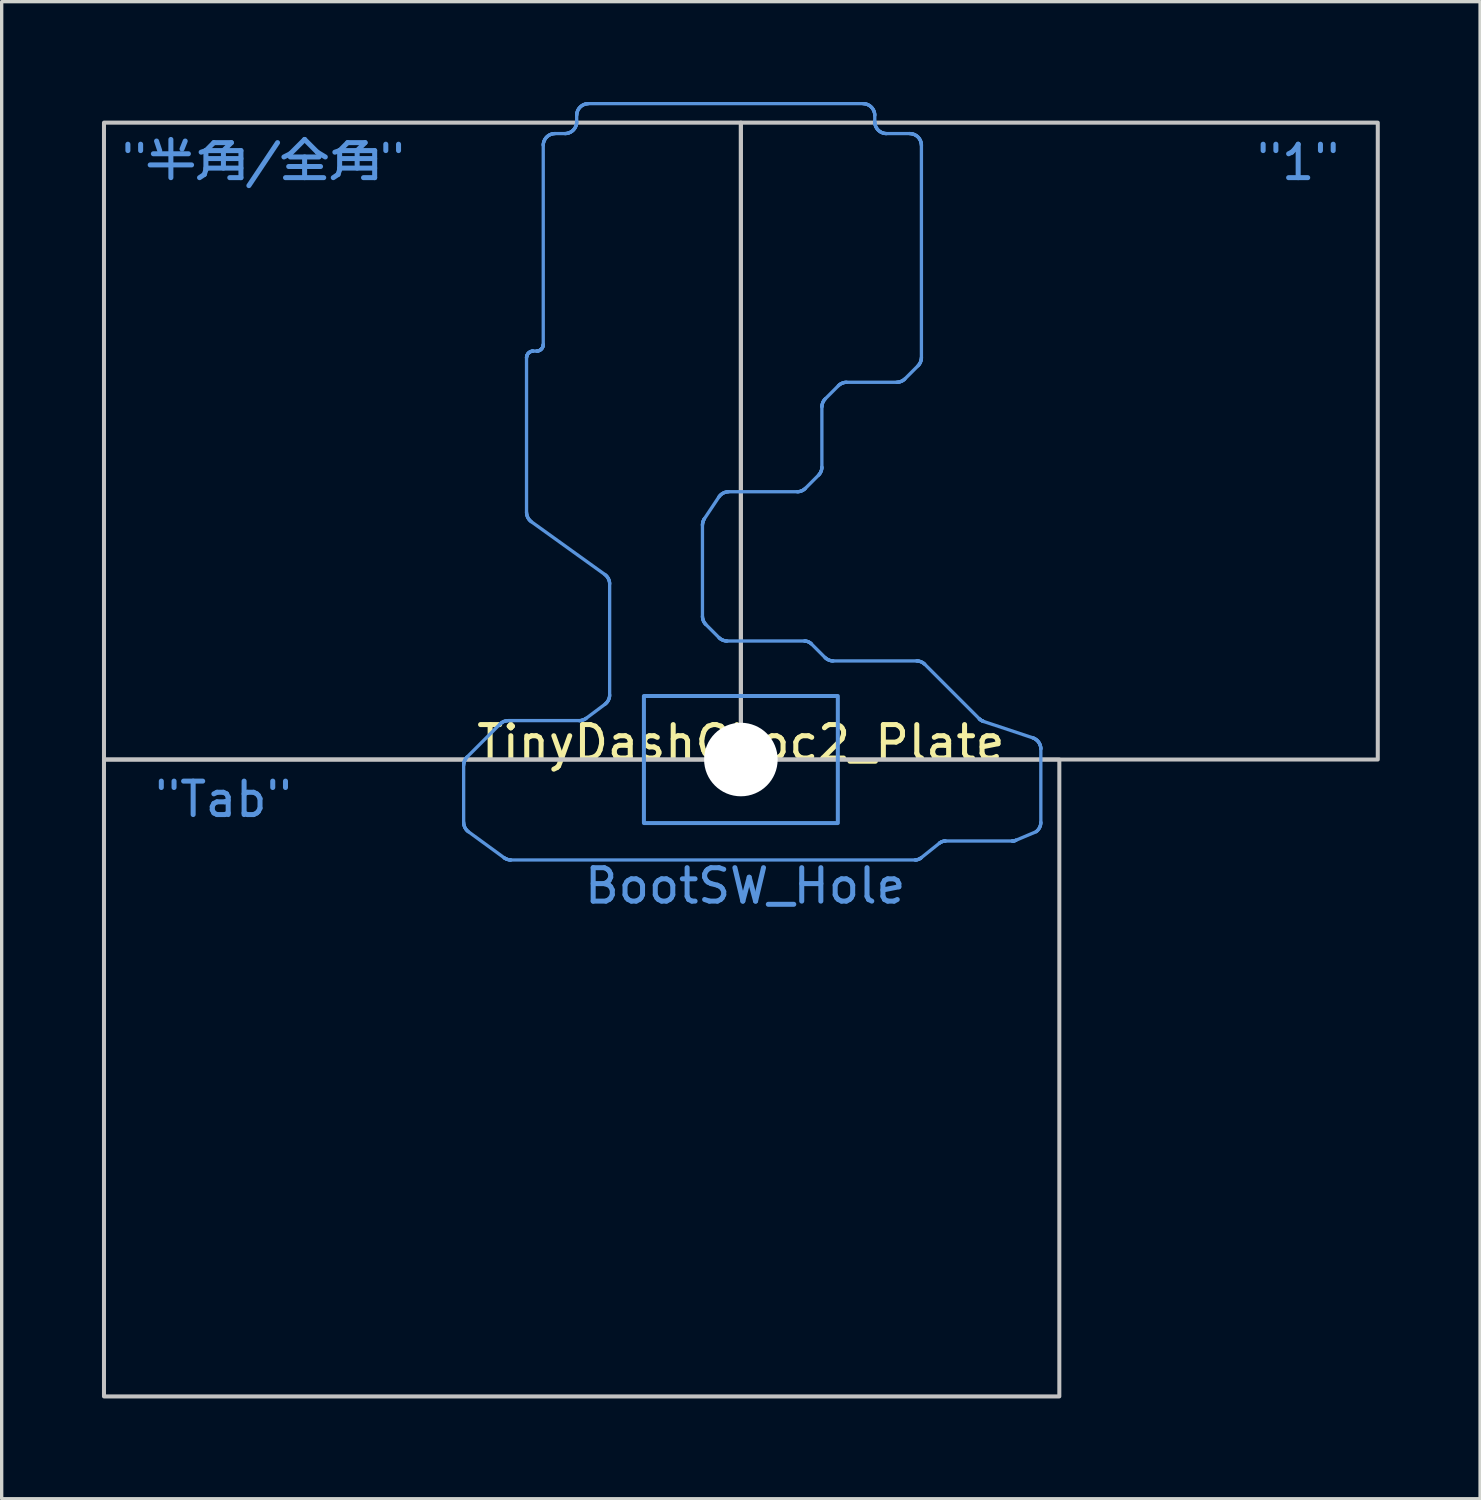
<source format=kicad_pcb>
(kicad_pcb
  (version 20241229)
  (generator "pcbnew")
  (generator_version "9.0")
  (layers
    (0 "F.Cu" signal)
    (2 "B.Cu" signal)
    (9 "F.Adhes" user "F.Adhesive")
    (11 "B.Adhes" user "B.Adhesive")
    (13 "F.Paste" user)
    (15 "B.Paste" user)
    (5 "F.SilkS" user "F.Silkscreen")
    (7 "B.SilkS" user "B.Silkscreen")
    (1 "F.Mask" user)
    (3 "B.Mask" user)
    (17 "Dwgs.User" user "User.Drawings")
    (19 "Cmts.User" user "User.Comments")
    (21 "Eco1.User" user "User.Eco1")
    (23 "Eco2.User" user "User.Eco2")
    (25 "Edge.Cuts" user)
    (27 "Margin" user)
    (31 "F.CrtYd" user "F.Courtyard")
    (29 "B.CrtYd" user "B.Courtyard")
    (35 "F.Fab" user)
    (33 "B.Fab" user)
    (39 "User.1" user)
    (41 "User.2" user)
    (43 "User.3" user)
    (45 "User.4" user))
  (footprint "TinyDashChoc2_Plate"
    (layer "F.Cu")
    (at 19.11 19.668)
    (property "Reference" "TinyDashChoc2_Plate" (at 0 -0.5 0) (unlocked yes) (layer "F.SilkS") (effects (font (size 1 1) (thickness 0.15))))
    (attr smd)
    (fp_rect (start -19.05 0) (end 0 -19.05) (stroke (width 0.12) (type solid)) (fill no) (layer "Dwgs.User"))
    (fp_rect (start -19.05 0) (end 9.525 19.05) (stroke (width 0.12) (type solid)) (fill no) (layer "Dwgs.User"))
    (fp_rect (start 0 0) (end 19.05 -19.05) (stroke (width 0.12) (type solid)) (fill no) (layer "Dwgs.User"))
    (fp_line (start -8.292 0.173) (end -8.292 0.156) (stroke (width 0.099) (type solid)) (layer "Cmts.User"))
    (fp_line (start -8.292 1.876) (end -8.292 0.173) (stroke (width 0.099) (type solid)) (layer "Cmts.User"))
    (fp_line (start -8.292 0.156) (end -8.291 0.138) (stroke (width 0.099) (type solid)) (layer "Cmts.User"))
    (fp_line (start -8.292 1.897) (end -8.292 1.876) (stroke (width 0.099) (type solid)) (layer "Cmts.User"))
    (fp_line (start -8.291 0.138) (end -8.288 0.121) (stroke (width 0.099) (type solid)) (layer "Cmts.User"))
    (fp_line (start -8.29 1.918) (end -8.292 1.897) (stroke (width 0.099) (type solid)) (layer "Cmts.User"))
    (fp_line (start -8.288 0.121) (end -8.285 0.104) (stroke (width 0.099) (type solid)) (layer "Cmts.User"))
    (fp_line (start -8.287 1.939) (end -8.29 1.918) (stroke (width 0.099) (type solid)) (layer "Cmts.User"))
    (fp_line (start -8.285 0.104) (end -8.282 0.087) (stroke (width 0.099) (type solid)) (layer "Cmts.User"))
    (fp_line (start -8.282 1.959) (end -8.287 1.939) (stroke (width 0.099) (type solid)) (layer "Cmts.User"))
    (fp_line (start -8.282 0.087) (end -8.277 0.07) (stroke (width 0.099) (type solid)) (layer "Cmts.User"))
    (fp_line (start -8.277 1.979) (end -8.282 1.959) (stroke (width 0.099) (type solid)) (layer "Cmts.User"))
    (fp_line (start -8.277 0.07) (end -8.272 0.054) (stroke (width 0.099) (type solid)) (layer "Cmts.User"))
    (fp_line (start -8.272 0.054) (end -8.265 0.038) (stroke (width 0.099) (type solid)) (layer "Cmts.User"))
    (fp_line (start -8.27 1.998) (end -8.277 1.979) (stroke (width 0.099) (type solid)) (layer "Cmts.User"))
    (fp_line (start -8.265 0.038) (end -8.258 0.022) (stroke (width 0.099) (type solid)) (layer "Cmts.User"))
    (fp_line (start -8.263 2.017) (end -8.27 1.998) (stroke (width 0.099) (type solid)) (layer "Cmts.User"))
    (fp_line (start -8.258 0.022) (end -8.251 0.007) (stroke (width 0.099) (type solid)) (layer "Cmts.User"))
    (fp_line (start -8.254 2.036) (end -8.263 2.017) (stroke (width 0.099) (type solid)) (layer "Cmts.User"))
    (fp_line (start -8.251 0.007) (end -8.242 -0.008) (stroke (width 0.099) (type solid)) (layer "Cmts.User"))
    (fp_line (start -8.244 2.054) (end -8.254 2.036) (stroke (width 0.099) (type solid)) (layer "Cmts.User"))
    (fp_line (start -8.242 -0.008) (end -8.233 -0.023) (stroke (width 0.099) (type solid)) (layer "Cmts.User"))
    (fp_line (start -8.233 2.072) (end -8.244 2.054) (stroke (width 0.099) (type solid)) (layer "Cmts.User"))
    (fp_line (start -8.233 -0.023) (end -8.223 -0.037) (stroke (width 0.099) (type solid)) (layer "Cmts.User"))
    (fp_line (start -8.223 -0.037) (end -8.212 -0.05) (stroke (width 0.099) (type solid)) (layer "Cmts.User"))
    (fp_line (start -8.221 2.088) (end -8.233 2.072) (stroke (width 0.099) (type solid)) (layer "Cmts.User"))
    (fp_line (start -8.212 -0.05) (end -8.201 -0.064) (stroke (width 0.099) (type solid)) (layer "Cmts.User"))
    (fp_line (start -8.208 2.105) (end -8.221 2.088) (stroke (width 0.099) (type solid)) (layer "Cmts.User"))
    (fp_line (start -8.201 -0.064) (end -8.189 -0.076) (stroke (width 0.099) (type solid)) (layer "Cmts.User"))
    (fp_line (start -8.195 2.12) (end -8.208 2.105) (stroke (width 0.099) (type solid)) (layer "Cmts.User"))
    (fp_line (start -8.189 -0.076) (end -7.205 -1.06) (stroke (width 0.099) (type solid)) (layer "Cmts.User"))
    (fp_line (start -8.18 2.135) (end -8.195 2.12) (stroke (width 0.099) (type solid)) (layer "Cmts.User"))
    (fp_line (start -8.164 2.148) (end -8.18 2.135) (stroke (width 0.099) (type solid)) (layer "Cmts.User"))
    (fp_line (start -8.147 2.161) (end -8.164 2.148) (stroke (width 0.099) (type solid)) (layer "Cmts.User"))
    (fp_line (start -7.205 -1.06) (end -7.192 -1.072) (stroke (width 0.099) (type solid)) (layer "Cmts.User"))
    (fp_line (start -7.192 -1.072) (end -7.179 -1.084) (stroke (width 0.099) (type solid)) (layer "Cmts.User"))
    (fp_line (start -7.179 -1.084) (end -7.165 -1.094) (stroke (width 0.099) (type solid)) (layer "Cmts.User"))
    (fp_line (start -7.165 -1.094) (end -7.151 -1.104) (stroke (width 0.099) (type solid)) (layer "Cmts.User"))
    (fp_line (start -7.151 -1.104) (end -7.137 -1.114) (stroke (width 0.099) (type solid)) (layer "Cmts.User"))
    (fp_line (start -7.137 -1.114) (end -7.122 -1.122) (stroke (width 0.099) (type solid)) (layer "Cmts.User"))
    (fp_line (start -7.122 -1.122) (end -7.106 -1.13) (stroke (width 0.099) (type solid)) (layer "Cmts.User"))
    (fp_line (start -7.106 -1.13) (end -7.091 -1.137) (stroke (width 0.099) (type solid)) (layer "Cmts.User"))
    (fp_line (start -7.091 -1.137) (end -7.074 -1.143) (stroke (width 0.099) (type solid)) (layer "Cmts.User"))
    (fp_line (start -7.084 2.936) (end -8.147 2.161) (stroke (width 0.099) (type solid)) (layer "Cmts.User"))
    (fp_line (start -7.074 -1.143) (end -7.058 -1.148) (stroke (width 0.099) (type solid)) (layer "Cmts.User"))
    (fp_line (start -7.073 2.944) (end -7.084 2.936) (stroke (width 0.099) (type solid)) (layer "Cmts.User"))
    (fp_line (start -7.061 2.952) (end -7.073 2.944) (stroke (width 0.099) (type solid)) (layer "Cmts.User"))
    (fp_line (start -7.058 -1.148) (end -7.041 -1.153) (stroke (width 0.099) (type solid)) (layer "Cmts.User"))
    (fp_line (start -7.049 2.959) (end -7.061 2.952) (stroke (width 0.099) (type solid)) (layer "Cmts.User"))
    (fp_line (start -7.041 -1.153) (end -7.025 -1.157) (stroke (width 0.099) (type solid)) (layer "Cmts.User"))
    (fp_line (start -7.037 2.965) (end -7.049 2.959) (stroke (width 0.099) (type solid)) (layer "Cmts.User"))
    (fp_line (start -7.025 -1.157) (end -7.008 -1.16) (stroke (width 0.099) (type solid)) (layer "Cmts.User"))
    (fp_line (start -7.024 2.971) (end -7.037 2.965) (stroke (width 0.099) (type solid)) (layer "Cmts.User"))
    (fp_line (start -7.012 2.977) (end -7.024 2.971) (stroke (width 0.099) (type solid)) (layer "Cmts.User"))
    (fp_line (start -7.008 -1.16) (end -6.99 -1.162) (stroke (width 0.099) (type solid)) (layer "Cmts.User"))
    (fp_line (start -6.999 2.982) (end -7.012 2.977) (stroke (width 0.099) (type solid)) (layer "Cmts.User"))
    (fp_line (start -6.99 -1.162) (end -6.973 -1.163) (stroke (width 0.099) (type solid)) (layer "Cmts.User"))
    (fp_line (start -6.986 2.986) (end -6.999 2.982) (stroke (width 0.099) (type solid)) (layer "Cmts.User"))
    (fp_line (start -6.973 -1.163) (end -6.955 -1.164) (stroke (width 0.099) (type solid)) (layer "Cmts.User"))
    (fp_line (start -6.972 2.99) (end -6.986 2.986) (stroke (width 0.099) (type solid)) (layer "Cmts.User"))
    (fp_line (start -6.959 2.994) (end -6.972 2.99) (stroke (width 0.099) (type solid)) (layer "Cmts.User"))
    (fp_line (start -6.955 -1.164) (end -4.838 -1.164) (stroke (width 0.099) (type solid)) (layer "Cmts.User"))
    (fp_line (start -6.945 2.997) (end -6.959 2.994) (stroke (width 0.099) (type solid)) (layer "Cmts.User"))
    (fp_line (start -6.932 2.999) (end -6.945 2.997) (stroke (width 0.099) (type solid)) (layer "Cmts.User"))
    (fp_line (start -6.918 3.001) (end -6.932 2.999) (stroke (width 0.099) (type solid)) (layer "Cmts.User"))
    (fp_line (start -6.904 3.003) (end -6.918 3.001) (stroke (width 0.099) (type solid)) (layer "Cmts.User"))
    (fp_line (start -6.89 3.003) (end -6.904 3.003) (stroke (width 0.099) (type solid)) (layer "Cmts.User"))
    (fp_line (start -6.876 3.004) (end -6.89 3.003) (stroke (width 0.099) (type solid)) (layer "Cmts.User"))
    (fp_line (start -6.411 -12.017) (end -6.411 -12.027) (stroke (width 0.099) (type solid)) (layer "Cmts.User"))
    (fp_line (start -6.411 -7.398) (end -6.411 -12.017) (stroke (width 0.099) (type solid)) (layer "Cmts.User"))
    (fp_line (start -6.411 -12.027) (end -6.41 -12.037) (stroke (width 0.099) (type solid)) (layer "Cmts.User"))
    (fp_line (start -6.41 -7.376) (end -6.411 -7.398) (stroke (width 0.099) (type solid)) (layer "Cmts.User"))
    (fp_line (start -6.41 -12.037) (end -6.409 -12.046) (stroke (width 0.099) (type solid)) (layer "Cmts.User"))
    (fp_line (start -6.409 -12.046) (end -6.407 -12.056) (stroke (width 0.099) (type solid)) (layer "Cmts.User"))
    (fp_line (start -6.408 -7.355) (end -6.41 -7.376) (stroke (width 0.099) (type solid)) (layer "Cmts.User"))
    (fp_line (start -6.407 -12.056) (end -6.405 -12.065) (stroke (width 0.099) (type solid)) (layer "Cmts.User"))
    (fp_line (start -6.405 -7.335) (end -6.408 -7.355) (stroke (width 0.099) (type solid)) (layer "Cmts.User"))
    (fp_line (start -6.405 -12.065) (end -6.402 -12.075) (stroke (width 0.099) (type solid)) (layer "Cmts.User"))
    (fp_line (start -6.402 -12.075) (end -6.399 -12.084) (stroke (width 0.099) (type solid)) (layer "Cmts.User"))
    (fp_line (start -6.401 -7.314) (end -6.405 -7.335) (stroke (width 0.099) (type solid)) (layer "Cmts.User"))
    (fp_line (start -6.399 -12.084) (end -6.396 -12.093) (stroke (width 0.099) (type solid)) (layer "Cmts.User"))
    (fp_line (start -6.396 -12.093) (end -6.392 -12.102) (stroke (width 0.099) (type solid)) (layer "Cmts.User"))
    (fp_line (start -6.395 -7.294) (end -6.401 -7.314) (stroke (width 0.099) (type solid)) (layer "Cmts.User"))
    (fp_line (start -6.392 -12.102) (end -6.387 -12.111) (stroke (width 0.099) (type solid)) (layer "Cmts.User"))
    (fp_line (start -6.389 -7.275) (end -6.395 -7.294) (stroke (width 0.099) (type solid)) (layer "Cmts.User"))
    (fp_line (start -6.387 -12.111) (end -6.383 -12.119) (stroke (width 0.099) (type solid)) (layer "Cmts.User"))
    (fp_line (start -6.383 -12.119) (end -6.377 -12.128) (stroke (width 0.099) (type solid)) (layer "Cmts.User"))
    (fp_line (start -6.381 -7.255) (end -6.389 -7.275) (stroke (width 0.099) (type solid)) (layer "Cmts.User"))
    (fp_line (start -6.377 -12.128) (end -6.372 -12.136) (stroke (width 0.099) (type solid)) (layer "Cmts.User"))
    (fp_line (start -6.372 -7.237) (end -6.381 -7.255) (stroke (width 0.099) (type solid)) (layer "Cmts.User"))
    (fp_line (start -6.372 -12.136) (end -6.366 -12.144) (stroke (width 0.099) (type solid)) (layer "Cmts.User"))
    (fp_line (start -6.366 -12.144) (end -6.359 -12.151) (stroke (width 0.099) (type solid)) (layer "Cmts.User"))
    (fp_line (start -6.362 -7.218) (end -6.372 -7.237) (stroke (width 0.099) (type solid)) (layer "Cmts.User"))
    (fp_line (start -6.359 -12.151) (end -6.352 -12.158) (stroke (width 0.099) (type solid)) (layer "Cmts.User"))
    (fp_line (start -6.352 -12.158) (end -6.345 -12.165) (stroke (width 0.099) (type solid)) (layer "Cmts.User"))
    (fp_line (start -6.351 -7.201) (end -6.362 -7.218) (stroke (width 0.099) (type solid)) (layer "Cmts.User"))
    (fp_line (start -6.345 -12.165) (end -6.338 -12.172) (stroke (width 0.099) (type solid)) (layer "Cmts.User"))
    (fp_line (start -6.339 -7.184) (end -6.351 -7.201) (stroke (width 0.099) (type solid)) (layer "Cmts.User"))
    (fp_line (start -6.338 -12.172) (end -6.33 -12.178) (stroke (width 0.099) (type solid)) (layer "Cmts.User"))
    (fp_line (start -6.33 -12.178) (end -6.322 -12.183) (stroke (width 0.099) (type solid)) (layer "Cmts.User"))
    (fp_line (start -6.326 -7.168) (end -6.339 -7.184) (stroke (width 0.099) (type solid)) (layer "Cmts.User"))
    (fp_line (start -6.322 -12.183) (end -6.314 -12.188) (stroke (width 0.099) (type solid)) (layer "Cmts.User"))
    (fp_line (start -6.314 -12.188) (end -6.305 -12.193) (stroke (width 0.099) (type solid)) (layer "Cmts.User"))
    (fp_line (start -6.312 -7.152) (end -6.326 -7.168) (stroke (width 0.099) (type solid)) (layer "Cmts.User"))
    (fp_line (start -6.305 -12.193) (end -6.296 -12.198) (stroke (width 0.099) (type solid)) (layer "Cmts.User"))
    (fp_line (start -6.297 -7.138) (end -6.312 -7.152) (stroke (width 0.099) (type solid)) (layer "Cmts.User"))
    (fp_line (start -6.296 -12.198) (end -6.287 -12.202) (stroke (width 0.099) (type solid)) (layer "Cmts.User"))
    (fp_line (start -6.287 -12.202) (end -6.278 -12.205) (stroke (width 0.099) (type solid)) (layer "Cmts.User"))
    (fp_line (start -6.281 -7.124) (end -6.297 -7.138) (stroke (width 0.099) (type solid)) (layer "Cmts.User"))
    (fp_line (start -6.278 -12.205) (end -6.269 -12.208) (stroke (width 0.099) (type solid)) (layer "Cmts.User"))
    (fp_line (start -6.269 -12.208) (end -6.26 -12.211) (stroke (width 0.099) (type solid)) (layer "Cmts.User"))
    (fp_line (start -6.264 -7.111) (end -6.281 -7.124) (stroke (width 0.099) (type solid)) (layer "Cmts.User"))
    (fp_line (start -6.26 -12.211) (end -6.25 -12.213) (stroke (width 0.099) (type solid)) (layer "Cmts.User"))
    (fp_line (start -6.25 -12.213) (end -6.24 -12.215) (stroke (width 0.099) (type solid)) (layer "Cmts.User"))
    (fp_line (start -6.24 -12.215) (end -6.231 -12.216) (stroke (width 0.099) (type solid)) (layer "Cmts.User"))
    (fp_line (start -6.231 -12.216) (end -6.221 -12.217) (stroke (width 0.099) (type solid)) (layer "Cmts.User"))
    (fp_line (start -6.221 -12.217) (end -6.211 -12.217) (stroke (width 0.099) (type solid)) (layer "Cmts.User"))
    (fp_line (start -6.211 -12.217) (end -6.111 -12.217) (stroke (width 0.099) (type solid)) (layer "Cmts.User"))
    (fp_line (start -6.111 -12.217) (end -6.101 -12.217) (stroke (width 0.099) (type solid)) (layer "Cmts.User"))
    (fp_line (start -6.101 -12.217) (end -6.091 -12.218) (stroke (width 0.099) (type solid)) (layer "Cmts.User"))
    (fp_line (start -6.091 -12.218) (end -6.081 -12.219) (stroke (width 0.099) (type solid)) (layer "Cmts.User"))
    (fp_line (start -6.081 -12.219) (end -6.072 -12.221) (stroke (width 0.099) (type solid)) (layer "Cmts.User"))
    (fp_line (start -6.072 -12.221) (end -6.062 -12.223) (stroke (width 0.099) (type solid)) (layer "Cmts.User"))
    (fp_line (start -6.062 -12.223) (end -6.053 -12.225) (stroke (width 0.099) (type solid)) (layer "Cmts.User"))
    (fp_line (start -6.053 -12.225) (end -6.044 -12.228) (stroke (width 0.099) (type solid)) (layer "Cmts.User"))
    (fp_line (start -6.044 -12.228) (end -6.034 -12.232) (stroke (width 0.099) (type solid)) (layer "Cmts.User"))
    (fp_line (start -6.034 -12.232) (end -6.025 -12.236) (stroke (width 0.099) (type solid)) (layer "Cmts.User"))
    (fp_line (start -6.025 -12.236) (end -6.017 -12.24) (stroke (width 0.099) (type solid)) (layer "Cmts.User"))
    (fp_line (start -6.017 -12.24) (end -6.008 -12.245) (stroke (width 0.099) (type solid)) (layer "Cmts.User"))
    (fp_line (start -6.008 -12.245) (end -6 -12.25) (stroke (width 0.099) (type solid)) (layer "Cmts.User"))
    (fp_line (start -6 -12.25) (end -5.992 -12.256) (stroke (width 0.099) (type solid)) (layer "Cmts.User"))
    (fp_line (start -5.992 -12.256) (end -5.984 -12.262) (stroke (width 0.099) (type solid)) (layer "Cmts.User"))
    (fp_line (start -5.984 -12.262) (end -5.977 -12.269) (stroke (width 0.099) (type solid)) (layer "Cmts.User"))
    (fp_line (start -5.977 -12.269) (end -5.97 -12.275) (stroke (width 0.099) (type solid)) (layer "Cmts.User"))
    (fp_line (start -5.97 -12.275) (end -5.963 -12.283) (stroke (width 0.099) (type solid)) (layer "Cmts.User"))
    (fp_line (start -5.963 -12.283) (end -5.956 -12.29) (stroke (width 0.099) (type solid)) (layer "Cmts.User"))
    (fp_line (start -5.956 -12.29) (end -5.95 -12.298) (stroke (width 0.099) (type solid)) (layer "Cmts.User"))
    (fp_line (start -5.95 -12.298) (end -5.945 -12.306) (stroke (width 0.099) (type solid)) (layer "Cmts.User"))
    (fp_line (start -5.945 -12.306) (end -5.939 -12.314) (stroke (width 0.099) (type solid)) (layer "Cmts.User"))
    (fp_line (start -5.939 -12.314) (end -5.935 -12.323) (stroke (width 0.099) (type solid)) (layer "Cmts.User"))
    (fp_line (start -5.935 -12.323) (end -5.93 -12.331) (stroke (width 0.099) (type solid)) (layer "Cmts.User"))
    (fp_line (start -5.93 -12.331) (end -5.926 -12.34) (stroke (width 0.099) (type solid)) (layer "Cmts.User"))
    (fp_line (start -5.926 -12.34) (end -5.923 -12.349) (stroke (width 0.099) (type solid)) (layer "Cmts.User"))
    (fp_line (start -5.923 -12.349) (end -5.92 -12.359) (stroke (width 0.099) (type solid)) (layer "Cmts.User"))
    (fp_line (start -5.92 -12.359) (end -5.917 -12.368) (stroke (width 0.099) (type solid)) (layer "Cmts.User"))
    (fp_line (start -5.917 -12.368) (end -5.915 -12.378) (stroke (width 0.099) (type solid)) (layer "Cmts.User"))
    (fp_line (start -5.915 -12.378) (end -5.913 -12.387) (stroke (width 0.099) (type solid)) (layer "Cmts.User"))
    (fp_line (start -5.913 -12.387) (end -5.912 -12.397) (stroke (width 0.099) (type solid)) (layer "Cmts.User"))
    (fp_line (start -5.912 -12.397) (end -5.911 -12.407) (stroke (width 0.099) (type solid)) (layer "Cmts.User"))
    (fp_line (start -5.911 -12.407) (end -5.911 -12.417) (stroke (width 0.099) (type solid)) (layer "Cmts.User"))
    (fp_line (start -5.911 -18.37) (end -5.911 -18.388) (stroke (width 0.099) (type solid)) (layer "Cmts.User"))
    (fp_line (start -5.911 -12.417) (end -5.911 -18.37) (stroke (width 0.099) (type solid)) (layer "Cmts.User"))
    (fp_line (start -5.911 -18.388) (end -5.909 -18.406) (stroke (width 0.099) (type solid)) (layer "Cmts.User"))
    (fp_line (start -5.909 -18.406) (end -5.907 -18.424) (stroke (width 0.099) (type solid)) (layer "Cmts.User"))
    (fp_line (start -5.907 -18.424) (end -5.904 -18.441) (stroke (width 0.099) (type solid)) (layer "Cmts.User"))
    (fp_line (start -5.904 -18.441) (end -5.9 -18.458) (stroke (width 0.099) (type solid)) (layer "Cmts.User"))
    (fp_line (start -5.9 -18.458) (end -5.895 -18.475) (stroke (width 0.099) (type solid)) (layer "Cmts.User"))
    (fp_line (start -5.895 -18.475) (end -5.89 -18.491) (stroke (width 0.099) (type solid)) (layer "Cmts.User"))
    (fp_line (start -5.89 -18.491) (end -5.883 -18.507) (stroke (width 0.099) (type solid)) (layer "Cmts.User"))
    (fp_line (start -5.883 -18.507) (end -5.876 -18.523) (stroke (width 0.099) (type solid)) (layer "Cmts.User"))
    (fp_line (start -5.876 -18.523) (end -5.868 -18.538) (stroke (width 0.099) (type solid)) (layer "Cmts.User"))
    (fp_line (start -5.868 -18.538) (end -5.86 -18.553) (stroke (width 0.099) (type solid)) (layer "Cmts.User"))
    (fp_line (start -5.86 -18.553) (end -5.851 -18.567) (stroke (width 0.099) (type solid)) (layer "Cmts.User"))
    (fp_line (start -5.851 -18.567) (end -5.841 -18.581) (stroke (width 0.099) (type solid)) (layer "Cmts.User"))
    (fp_line (start -5.841 -18.581) (end -5.83 -18.595) (stroke (width 0.099) (type solid)) (layer "Cmts.User"))
    (fp_line (start -5.83 -18.595) (end -5.819 -18.607) (stroke (width 0.099) (type solid)) (layer "Cmts.User"))
    (fp_line (start -5.819 -18.607) (end -5.808 -18.62) (stroke (width 0.099) (type solid)) (layer "Cmts.User"))
    (fp_line (start -5.808 -18.62) (end -5.795 -18.631) (stroke (width 0.099) (type solid)) (layer "Cmts.User"))
    (fp_line (start -5.795 -18.631) (end -5.783 -18.642) (stroke (width 0.099) (type solid)) (layer "Cmts.User"))
    (fp_line (start -5.783 -18.642) (end -5.769 -18.653) (stroke (width 0.099) (type solid)) (layer "Cmts.User"))
    (fp_line (start -5.769 -18.653) (end -5.755 -18.663) (stroke (width 0.099) (type solid)) (layer "Cmts.User"))
    (fp_line (start -5.755 -18.663) (end -5.741 -18.672) (stroke (width 0.099) (type solid)) (layer "Cmts.User"))
    (fp_line (start -5.741 -18.672) (end -5.726 -18.68) (stroke (width 0.099) (type solid)) (layer "Cmts.User"))
    (fp_line (start -5.726 -18.68) (end -5.711 -18.688) (stroke (width 0.099) (type solid)) (layer "Cmts.User"))
    (fp_line (start -5.711 -18.688) (end -5.696 -18.695) (stroke (width 0.099) (type solid)) (layer "Cmts.User"))
    (fp_line (start -5.696 -18.695) (end -5.68 -18.701) (stroke (width 0.099) (type solid)) (layer "Cmts.User"))
    (fp_line (start -5.68 -18.701) (end -5.663 -18.707) (stroke (width 0.099) (type solid)) (layer "Cmts.User"))
    (fp_line (start -5.663 -18.707) (end -5.646 -18.712) (stroke (width 0.099) (type solid)) (layer "Cmts.User"))
    (fp_line (start -5.646 -18.712) (end -5.629 -18.716) (stroke (width 0.099) (type solid)) (layer "Cmts.User"))
    (fp_line (start -5.629 -18.716) (end -5.612 -18.719) (stroke (width 0.099) (type solid)) (layer "Cmts.User"))
    (fp_line (start -5.612 -18.719) (end -5.594 -18.721) (stroke (width 0.099) (type solid)) (layer "Cmts.User"))
    (fp_line (start -5.594 -18.721) (end -5.576 -18.722) (stroke (width 0.099) (type solid)) (layer "Cmts.User"))
    (fp_line (start -5.576 -18.722) (end -5.558 -18.723) (stroke (width 0.099) (type solid)) (layer "Cmts.User"))
    (fp_line (start -5.558 -18.723) (end -5.264 -18.723) (stroke (width 0.099) (type solid)) (layer "Cmts.User"))
    (fp_line (start -5.264 -18.723) (end -5.246 -18.723) (stroke (width 0.099) (type solid)) (layer "Cmts.User"))
    (fp_line (start -5.246 -18.723) (end -5.228 -18.725) (stroke (width 0.099) (type solid)) (layer "Cmts.User"))
    (fp_line (start -5.228 -18.725) (end -5.21 -18.727) (stroke (width 0.099) (type solid)) (layer "Cmts.User"))
    (fp_line (start -5.21 -18.727) (end -5.193 -18.73) (stroke (width 0.099) (type solid)) (layer "Cmts.User"))
    (fp_line (start -5.193 -18.73) (end -5.176 -18.734) (stroke (width 0.099) (type solid)) (layer "Cmts.User"))
    (fp_line (start -5.176 -18.734) (end -5.159 -18.739) (stroke (width 0.099) (type solid)) (layer "Cmts.User"))
    (fp_line (start -5.159 -18.739) (end -5.142 -18.744) (stroke (width 0.099) (type solid)) (layer "Cmts.User"))
    (fp_line (start -5.142 -18.744) (end -5.126 -18.751) (stroke (width 0.099) (type solid)) (layer "Cmts.User"))
    (fp_line (start -5.126 -18.751) (end -5.111 -18.758) (stroke (width 0.099) (type solid)) (layer "Cmts.User"))
    (fp_line (start -5.111 -18.758) (end -5.096 -18.765) (stroke (width 0.099) (type solid)) (layer "Cmts.User"))
    (fp_line (start -5.096 -18.765) (end -5.081 -18.774) (stroke (width 0.099) (type solid)) (layer "Cmts.User"))
    (fp_line (start -5.081 -18.774) (end -5.067 -18.783) (stroke (width 0.099) (type solid)) (layer "Cmts.User"))
    (fp_line (start -5.067 -18.783) (end -5.053 -18.793) (stroke (width 0.099) (type solid)) (layer "Cmts.User"))
    (fp_line (start -5.053 -18.793) (end -5.039 -18.803) (stroke (width 0.099) (type solid)) (layer "Cmts.User"))
    (fp_line (start -5.039 -18.803) (end -5.027 -18.814) (stroke (width 0.099) (type solid)) (layer "Cmts.User"))
    (fp_line (start -5.027 -18.814) (end -5.014 -18.826) (stroke (width 0.099) (type solid)) (layer "Cmts.User"))
    (fp_line (start -5.014 -18.826) (end -5.003 -18.838) (stroke (width 0.099) (type solid)) (layer "Cmts.User"))
    (fp_line (start -5.003 -18.838) (end -4.992 -18.851) (stroke (width 0.099) (type solid)) (layer "Cmts.User"))
    (fp_line (start -4.992 -18.851) (end -4.981 -18.865) (stroke (width 0.099) (type solid)) (layer "Cmts.User"))
    (fp_line (start -4.981 -18.865) (end -4.971 -18.878) (stroke (width 0.099) (type solid)) (layer "Cmts.User"))
    (fp_line (start -4.971 -18.878) (end -4.962 -18.893) (stroke (width 0.099) (type solid)) (layer "Cmts.User"))
    (fp_line (start -4.962 -18.893) (end -4.954 -18.907) (stroke (width 0.099) (type solid)) (layer "Cmts.User"))
    (fp_line (start -4.954 -18.907) (end -4.946 -18.923) (stroke (width 0.099) (type solid)) (layer "Cmts.User"))
    (fp_line (start -4.946 -18.923) (end -4.939 -18.938) (stroke (width 0.099) (type solid)) (layer "Cmts.User"))
    (fp_line (start -4.939 -18.938) (end -4.932 -18.954) (stroke (width 0.099) (type solid)) (layer "Cmts.User"))
    (fp_line (start -4.932 -18.954) (end -4.927 -18.971) (stroke (width 0.099) (type solid)) (layer "Cmts.User"))
    (fp_line (start -4.927 -18.971) (end -4.922 -18.987) (stroke (width 0.099) (type solid)) (layer "Cmts.User"))
    (fp_line (start -4.922 -18.987) (end -4.918 -19.004) (stroke (width 0.099) (type solid)) (layer "Cmts.User"))
    (fp_line (start -4.918 -19.004) (end -4.915 -19.022) (stroke (width 0.099) (type solid)) (layer "Cmts.User"))
    (fp_line (start -4.915 -19.022) (end -4.913 -19.04) (stroke (width 0.099) (type solid)) (layer "Cmts.User"))
    (fp_line (start -4.913 -19.04) (end -4.911 -19.057) (stroke (width 0.099) (type solid)) (layer "Cmts.User"))
    (fp_line (start -4.911 -19.057) (end -4.911 -19.076) (stroke (width 0.099) (type solid)) (layer "Cmts.User"))
    (fp_line (start -4.911 -19.265) (end -4.911 -19.283) (stroke (width 0.099) (type solid)) (layer "Cmts.User"))
    (fp_line (start -4.911 -19.076) (end -4.911 -19.265) (stroke (width 0.099) (type solid)) (layer "Cmts.User"))
    (fp_line (start -4.911 -19.283) (end -4.909 -19.3) (stroke (width 0.099) (type solid)) (layer "Cmts.User"))
    (fp_line (start -4.909 -19.3) (end -4.907 -19.318) (stroke (width 0.099) (type solid)) (layer "Cmts.User"))
    (fp_line (start -4.907 -19.318) (end -4.904 -19.335) (stroke (width 0.099) (type solid)) (layer "Cmts.User"))
    (fp_line (start -4.904 -19.335) (end -4.9 -19.351) (stroke (width 0.099) (type solid)) (layer "Cmts.User"))
    (fp_line (start -4.9 -19.351) (end -4.896 -19.368) (stroke (width 0.099) (type solid)) (layer "Cmts.User"))
    (fp_line (start -4.896 -19.368) (end -4.89 -19.384) (stroke (width 0.099) (type solid)) (layer "Cmts.User"))
    (fp_line (start -4.89 -19.384) (end -4.884 -19.401) (stroke (width 0.099) (type solid)) (layer "Cmts.User"))
    (fp_line (start -4.884 -19.401) (end -4.877 -19.416) (stroke (width 0.099) (type solid)) (layer "Cmts.User"))
    (fp_line (start -4.877 -19.416) (end -4.869 -19.432) (stroke (width 0.099) (type solid)) (layer "Cmts.User"))
    (fp_line (start -4.869 -19.432) (end -4.861 -19.447) (stroke (width 0.099) (type solid)) (layer "Cmts.User"))
    (fp_line (start -4.861 -19.447) (end -4.852 -19.461) (stroke (width 0.099) (type solid)) (layer "Cmts.User"))
    (fp_line (start -4.852 -19.461) (end -4.842 -19.475) (stroke (width 0.099) (type solid)) (layer "Cmts.User"))
    (fp_line (start -4.842 -19.475) (end -4.831 -19.489) (stroke (width 0.099) (type solid)) (layer "Cmts.User"))
    (fp_line (start -4.838 -1.164) (end -4.823 -1.164) (stroke (width 0.099) (type solid)) (layer "Cmts.User"))
    (fp_line (start -4.831 -19.489) (end -4.82 -19.502) (stroke (width 0.099) (type solid)) (layer "Cmts.User"))
    (fp_line (start -4.823 -1.164) (end -4.809 -1.165) (stroke (width 0.099) (type solid)) (layer "Cmts.User"))
    (fp_line (start -4.82 -19.502) (end -4.808 -19.515) (stroke (width 0.099) (type solid)) (layer "Cmts.User"))
    (fp_line (start -4.809 -1.165) (end -4.795 -1.166) (stroke (width 0.099) (type solid)) (layer "Cmts.User"))
    (fp_line (start -4.808 -19.515) (end -4.795 -19.527) (stroke (width 0.099) (type solid)) (layer "Cmts.User"))
    (fp_line (start -4.795 -1.166) (end -4.781 -1.168) (stroke (width 0.099) (type solid)) (layer "Cmts.User"))
    (fp_line (start -4.795 -19.527) (end -4.782 -19.538) (stroke (width 0.099) (type solid)) (layer "Cmts.User"))
    (fp_line (start -4.782 -19.538) (end -4.768 -19.549) (stroke (width 0.099) (type solid)) (layer "Cmts.User"))
    (fp_line (start -4.781 -1.168) (end -4.767 -1.171) (stroke (width 0.099) (type solid)) (layer "Cmts.User"))
    (fp_line (start -4.768 -19.549) (end -4.754 -19.559) (stroke (width 0.099) (type solid)) (layer "Cmts.User"))
    (fp_line (start -4.767 -1.171) (end -4.753 -1.174) (stroke (width 0.099) (type solid)) (layer "Cmts.User"))
    (fp_line (start -4.754 -19.559) (end -4.739 -19.568) (stroke (width 0.099) (type solid)) (layer "Cmts.User"))
    (fp_line (start -4.753 -1.174) (end -4.74 -1.178) (stroke (width 0.099) (type solid)) (layer "Cmts.User"))
    (fp_line (start -4.74 -1.178) (end -4.726 -1.182) (stroke (width 0.099) (type solid)) (layer "Cmts.User"))
    (fp_line (start -4.739 -19.568) (end -4.724 -19.577) (stroke (width 0.099) (type solid)) (layer "Cmts.User"))
    (fp_line (start -4.726 -1.182) (end -4.713 -1.186) (stroke (width 0.099) (type solid)) (layer "Cmts.User"))
    (fp_line (start -4.724 -19.577) (end -4.709 -19.584) (stroke (width 0.099) (type solid)) (layer "Cmts.User"))
    (fp_line (start -4.713 -1.186) (end -4.7 -1.192) (stroke (width 0.099) (type solid)) (layer "Cmts.User"))
    (fp_line (start -4.709 -19.584) (end -4.693 -19.591) (stroke (width 0.099) (type solid)) (layer "Cmts.User"))
    (fp_line (start -4.7 -1.192) (end -4.687 -1.197) (stroke (width 0.099) (type solid)) (layer "Cmts.User"))
    (fp_line (start -4.693 -19.591) (end -4.677 -19.598) (stroke (width 0.099) (type solid)) (layer "Cmts.User"))
    (fp_line (start -4.687 -1.197) (end -4.674 -1.204) (stroke (width 0.099) (type solid)) (layer "Cmts.User"))
    (fp_line (start -4.677 -19.598) (end -4.661 -19.603) (stroke (width 0.099) (type solid)) (layer "Cmts.User"))
    (fp_line (start -4.674 -1.204) (end -4.662 -1.21) (stroke (width 0.099) (type solid)) (layer "Cmts.User"))
    (fp_line (start -4.662 -1.21) (end -4.65 -1.218) (stroke (width 0.099) (type solid)) (layer "Cmts.User"))
    (fp_line (start -4.661 -19.603) (end -4.644 -19.608) (stroke (width 0.099) (type solid)) (layer "Cmts.User"))
    (fp_line (start -4.65 -1.218) (end -4.638 -1.226) (stroke (width 0.099) (type solid)) (layer "Cmts.User"))
    (fp_line (start -4.644 -19.608) (end -4.627 -19.611) (stroke (width 0.099) (type solid)) (layer "Cmts.User"))
    (fp_line (start -4.638 -1.226) (end -4.626 -1.234) (stroke (width 0.099) (type solid)) (layer "Cmts.User"))
    (fp_line (start -4.627 -19.611) (end -4.61 -19.614) (stroke (width 0.099) (type solid)) (layer "Cmts.User"))
    (fp_line (start -4.626 -1.234) (end -4.066 -1.653) (stroke (width 0.099) (type solid)) (layer "Cmts.User"))
    (fp_line (start -4.61 -19.614) (end -4.593 -19.616) (stroke (width 0.099) (type solid)) (layer "Cmts.User"))
    (fp_line (start -4.593 -19.616) (end -4.576 -19.618) (stroke (width 0.099) (type solid)) (layer "Cmts.User"))
    (fp_line (start -4.576 -19.618) (end -4.558 -19.618) (stroke (width 0.099) (type solid)) (layer "Cmts.User"))
    (fp_line (start -4.558 -19.618) (end 3.652 -19.618) (stroke (width 0.099) (type solid)) (layer "Cmts.User"))
    (fp_line (start -4.072 -5.536) (end -6.264 -7.111) (stroke (width 0.099) (type solid)) (layer "Cmts.User"))
    (fp_line (start -4.066 -1.653) (end -4.05 -1.666) (stroke (width 0.099) (type solid)) (layer "Cmts.User"))
    (fp_line (start -4.055 -5.523) (end -4.072 -5.536) (stroke (width 0.099) (type solid)) (layer "Cmts.User"))
    (fp_line (start -4.05 -1.666) (end -4.035 -1.68) (stroke (width 0.099) (type solid)) (layer "Cmts.User"))
    (fp_line (start -4.039 -5.51) (end -4.055 -5.523) (stroke (width 0.099) (type solid)) (layer "Cmts.User"))
    (fp_line (start -4.035 -1.68) (end -4.02 -1.694) (stroke (width 0.099) (type solid)) (layer "Cmts.User"))
    (fp_line (start -4.024 -5.495) (end -4.039 -5.51) (stroke (width 0.099) (type solid)) (layer "Cmts.User"))
    (fp_line (start -4.02 -1.694) (end -4.007 -1.71) (stroke (width 0.099) (type solid)) (layer "Cmts.User"))
    (fp_line (start -4.01 -5.48) (end -4.024 -5.495) (stroke (width 0.099) (type solid)) (layer "Cmts.User"))
    (fp_line (start -4.007 -1.71) (end -3.994 -1.726) (stroke (width 0.099) (type solid)) (layer "Cmts.User"))
    (fp_line (start -3.997 -5.463) (end -4.01 -5.48) (stroke (width 0.099) (type solid)) (layer "Cmts.User"))
    (fp_line (start -3.994 -1.726) (end -3.983 -1.742) (stroke (width 0.099) (type solid)) (layer "Cmts.User"))
    (fp_line (start -3.985 -5.446) (end -3.997 -5.463) (stroke (width 0.099) (type solid)) (layer "Cmts.User"))
    (fp_line (start -3.983 -1.742) (end -3.972 -1.76) (stroke (width 0.099) (type solid)) (layer "Cmts.User"))
    (fp_line (start -3.974 -5.429) (end -3.985 -5.446) (stroke (width 0.099) (type solid)) (layer "Cmts.User"))
    (fp_line (start -3.972 -1.76) (end -3.962 -1.778) (stroke (width 0.099) (type solid)) (layer "Cmts.User"))
    (fp_line (start -3.964 -5.411) (end -3.974 -5.429) (stroke (width 0.099) (type solid)) (layer "Cmts.User"))
    (fp_line (start -3.962 -1.778) (end -3.954 -1.796) (stroke (width 0.099) (type solid)) (layer "Cmts.User"))
    (fp_line (start -3.955 -5.392) (end -3.964 -5.411) (stroke (width 0.099) (type solid)) (layer "Cmts.User"))
    (fp_line (start -3.954 -1.796) (end -3.946 -1.815) (stroke (width 0.099) (type solid)) (layer "Cmts.User"))
    (fp_line (start -3.947 -5.373) (end -3.955 -5.392) (stroke (width 0.099) (type solid)) (layer "Cmts.User"))
    (fp_line (start -3.946 -1.815) (end -3.94 -1.834) (stroke (width 0.099) (type solid)) (layer "Cmts.User"))
    (fp_line (start -3.94 -5.353) (end -3.947 -5.373) (stroke (width 0.099) (type solid)) (layer "Cmts.User"))
    (fp_line (start -3.94 -1.834) (end -3.935 -1.854) (stroke (width 0.099) (type solid)) (layer "Cmts.User"))
    (fp_line (start -3.935 -5.333) (end -3.94 -5.353) (stroke (width 0.099) (type solid)) (layer "Cmts.User"))
    (fp_line (start -3.935 -1.854) (end -3.93 -1.874) (stroke (width 0.099) (type solid)) (layer "Cmts.User"))
    (fp_line (start -3.931 -5.313) (end -3.935 -5.333) (stroke (width 0.099) (type solid)) (layer "Cmts.User"))
    (fp_line (start -3.93 -1.874) (end -3.927 -1.894) (stroke (width 0.099) (type solid)) (layer "Cmts.User"))
    (fp_line (start -3.927 -5.292) (end -3.931 -5.313) (stroke (width 0.099) (type solid)) (layer "Cmts.User"))
    (fp_line (start -3.927 -1.894) (end -3.926 -1.915) (stroke (width 0.099) (type solid)) (layer "Cmts.User"))
    (fp_line (start -3.926 -5.271) (end -3.927 -5.292) (stroke (width 0.099) (type solid)) (layer "Cmts.User"))
    (fp_line (start -3.926 -1.915) (end -3.925 -1.936) (stroke (width 0.099) (type solid)) (layer "Cmts.User"))
    (fp_line (start -3.925 -5.25) (end -3.926 -5.271) (stroke (width 0.099) (type solid)) (layer "Cmts.User"))
    (fp_line (start -3.925 -1.936) (end -3.925 -5.25) (stroke (width 0.099) (type solid)) (layer "Cmts.User"))
    (fp_line (start -1.149 -7.01) (end -1.149 -4.286) (stroke (width 0.099) (type solid)) (layer "Cmts.User"))
    (fp_line (start -1.149 -4.286) (end -1.148 -4.269) (stroke (width 0.099) (type solid)) (layer "Cmts.User"))
    (fp_line (start -1.148 -7.023) (end -1.149 -7.01) (stroke (width 0.099) (type solid)) (layer "Cmts.User"))
    (fp_line (start -1.148 -4.269) (end -1.147 -4.251) (stroke (width 0.099) (type solid)) (layer "Cmts.User"))
    (fp_line (start -1.148 -7.036) (end -1.148 -7.023) (stroke (width 0.099) (type solid)) (layer "Cmts.User"))
    (fp_line (start -1.147 -4.251) (end -1.145 -4.234) (stroke (width 0.099) (type solid)) (layer "Cmts.User"))
    (fp_line (start -1.146 -7.049) (end -1.148 -7.036) (stroke (width 0.099) (type solid)) (layer "Cmts.User"))
    (fp_line (start -1.145 -7.062) (end -1.146 -7.049) (stroke (width 0.099) (type solid)) (layer "Cmts.User"))
    (fp_line (start -1.145 -4.234) (end -1.142 -4.217) (stroke (width 0.099) (type solid)) (layer "Cmts.User"))
    (fp_line (start -1.143 -7.074) (end -1.145 -7.062) (stroke (width 0.099) (type solid)) (layer "Cmts.User"))
    (fp_line (start -1.142 -4.217) (end -1.138 -4.2) (stroke (width 0.099) (type solid)) (layer "Cmts.User"))
    (fp_line (start -1.14 -7.087) (end -1.143 -7.074) (stroke (width 0.099) (type solid)) (layer "Cmts.User"))
    (fp_line (start -1.138 -4.2) (end -1.133 -4.184) (stroke (width 0.099) (type solid)) (layer "Cmts.User"))
    (fp_line (start -1.137 -7.1) (end -1.14 -7.087) (stroke (width 0.099) (type solid)) (layer "Cmts.User"))
    (fp_line (start -1.133 -7.112) (end -1.137 -7.1) (stroke (width 0.099) (type solid)) (layer "Cmts.User"))
    (fp_line (start -1.133 -4.184) (end -1.128 -4.167) (stroke (width 0.099) (type solid)) (layer "Cmts.User"))
    (fp_line (start -1.129 -7.124) (end -1.133 -7.112) (stroke (width 0.099) (type solid)) (layer "Cmts.User"))
    (fp_line (start -1.128 -4.167) (end -1.122 -4.151) (stroke (width 0.099) (type solid)) (layer "Cmts.User"))
    (fp_line (start -1.125 -7.136) (end -1.129 -7.124) (stroke (width 0.099) (type solid)) (layer "Cmts.User"))
    (fp_line (start -1.122 -4.151) (end -1.115 -4.135) (stroke (width 0.099) (type solid)) (layer "Cmts.User"))
    (fp_line (start -1.12 -7.148) (end -1.125 -7.136) (stroke (width 0.099) (type solid)) (layer "Cmts.User"))
    (fp_line (start -1.115 -7.16) (end -1.12 -7.148) (stroke (width 0.099) (type solid)) (layer "Cmts.User"))
    (fp_line (start -1.115 -4.135) (end -1.107 -4.12) (stroke (width 0.099) (type solid)) (layer "Cmts.User"))
    (fp_line (start -1.109 -7.172) (end -1.115 -7.16) (stroke (width 0.099) (type solid)) (layer "Cmts.User"))
    (fp_line (start -1.107 -4.12) (end -1.098 -4.105) (stroke (width 0.099) (type solid)) (layer "Cmts.User"))
    (fp_line (start -1.103 -7.183) (end -1.109 -7.172) (stroke (width 0.099) (type solid)) (layer "Cmts.User"))
    (fp_line (start -1.098 -4.105) (end -1.089 -4.09) (stroke (width 0.099) (type solid)) (layer "Cmts.User"))
    (fp_line (start -1.096 -7.195) (end -1.103 -7.183) (stroke (width 0.099) (type solid)) (layer "Cmts.User"))
    (fp_line (start -1.089 -7.206) (end -1.096 -7.195) (stroke (width 0.099) (type solid)) (layer "Cmts.User"))
    (fp_line (start -1.089 -4.09) (end -1.079 -4.076) (stroke (width 0.099) (type solid)) (layer "Cmts.User"))
    (fp_line (start -1.079 -4.076) (end -1.069 -4.063) (stroke (width 0.099) (type solid)) (layer "Cmts.User"))
    (fp_line (start -1.069 -4.063) (end -1.057 -4.049) (stroke (width 0.099) (type solid)) (layer "Cmts.User"))
    (fp_line (start -1.057 -4.049) (end -1.045 -4.037) (stroke (width 0.099) (type solid)) (layer "Cmts.User"))
    (fp_line (start -1.045 -4.037) (end -0.656 -3.648) (stroke (width 0.099) (type solid)) (layer "Cmts.User"))
    (fp_line (start -0.658 -7.853) (end -1.089 -7.206) (stroke (width 0.099) (type solid)) (layer "Cmts.User"))
    (fp_line (start -0.656 -3.648) (end -0.644 -3.636) (stroke (width 0.099) (type solid)) (layer "Cmts.User"))
    (fp_line (start -0.645 -7.871) (end -0.658 -7.853) (stroke (width 0.099) (type solid)) (layer "Cmts.User"))
    (fp_line (start -0.644 -3.636) (end -0.631 -3.625) (stroke (width 0.099) (type solid)) (layer "Cmts.User"))
    (fp_line (start -0.631 -7.888) (end -0.645 -7.871) (stroke (width 0.099) (type solid)) (layer "Cmts.User"))
    (fp_line (start -0.631 -3.625) (end -0.617 -3.614) (stroke (width 0.099) (type solid)) (layer "Cmts.User"))
    (fp_line (start -0.617 -3.614) (end -0.603 -3.604) (stroke (width 0.099) (type solid)) (layer "Cmts.User"))
    (fp_line (start -0.617 -7.904) (end -0.631 -7.888) (stroke (width 0.099) (type solid)) (layer "Cmts.User"))
    (fp_line (start -0.603 -3.604) (end -0.588 -3.595) (stroke (width 0.099) (type solid)) (layer "Cmts.User"))
    (fp_line (start -0.601 -7.919) (end -0.617 -7.904) (stroke (width 0.099) (type solid)) (layer "Cmts.User"))
    (fp_line (start -0.588 -3.595) (end -0.573 -3.586) (stroke (width 0.099) (type solid)) (layer "Cmts.User"))
    (fp_line (start -0.585 -7.933) (end -0.601 -7.919) (stroke (width 0.099) (type solid)) (layer "Cmts.User"))
    (fp_line (start -0.573 -3.586) (end -0.558 -3.579) (stroke (width 0.099) (type solid)) (layer "Cmts.User"))
    (fp_line (start -0.567 -7.945) (end -0.585 -7.933) (stroke (width 0.099) (type solid)) (layer "Cmts.User"))
    (fp_line (start -0.558 -3.579) (end -0.542 -3.572) (stroke (width 0.099) (type solid)) (layer "Cmts.User"))
    (fp_line (start -0.549 -7.957) (end -0.567 -7.945) (stroke (width 0.099) (type solid)) (layer "Cmts.User"))
    (fp_line (start -0.542 -3.572) (end -0.526 -3.566) (stroke (width 0.099) (type solid)) (layer "Cmts.User"))
    (fp_line (start -0.531 -7.968) (end -0.549 -7.957) (stroke (width 0.099) (type solid)) (layer "Cmts.User"))
    (fp_line (start -0.526 -3.566) (end -0.51 -3.56) (stroke (width 0.099) (type solid)) (layer "Cmts.User"))
    (fp_line (start -0.512 -7.977) (end -0.531 -7.968) (stroke (width 0.099) (type solid)) (layer "Cmts.User"))
    (fp_line (start -0.51 -3.56) (end -0.493 -3.556) (stroke (width 0.099) (type solid)) (layer "Cmts.User"))
    (fp_line (start -0.493 -3.556) (end -0.476 -3.552) (stroke (width 0.099) (type solid)) (layer "Cmts.User"))
    (fp_line (start -0.492 -7.986) (end -0.512 -7.977) (stroke (width 0.099) (type solid)) (layer "Cmts.User"))
    (fp_line (start -0.476 -3.552) (end -0.459 -3.549) (stroke (width 0.099) (type solid)) (layer "Cmts.User"))
    (fp_line (start -0.472 -7.993) (end -0.492 -7.986) (stroke (width 0.099) (type solid)) (layer "Cmts.User"))
    (fp_line (start -0.459 -3.549) (end -0.442 -3.547) (stroke (width 0.099) (type solid)) (layer "Cmts.User"))
    (fp_line (start -0.451 -7.999) (end -0.472 -7.993) (stroke (width 0.099) (type solid)) (layer "Cmts.User"))
    (fp_line (start -0.442 -3.547) (end -0.425 -3.545) (stroke (width 0.099) (type solid)) (layer "Cmts.User"))
    (fp_line (start -0.43 -8.004) (end -0.451 -7.999) (stroke (width 0.099) (type solid)) (layer "Cmts.User"))
    (fp_line (start -0.425 -3.545) (end -0.407 -3.545) (stroke (width 0.099) (type solid)) (layer "Cmts.User"))
    (fp_line (start -0.408 -8.007) (end -0.43 -8.004) (stroke (width 0.099) (type solid)) (layer "Cmts.User"))
    (fp_line (start -0.407 -3.545) (end 1.899 -3.545) (stroke (width 0.099) (type solid)) (layer "Cmts.User"))
    (fp_line (start -0.386 -8.009) (end -0.408 -8.007) (stroke (width 0.099) (type solid)) (layer "Cmts.User"))
    (fp_line (start -0.364 -8.01) (end -0.386 -8.009) (stroke (width 0.099) (type solid)) (layer "Cmts.User"))
    (fp_line (start 1.682 -8.01) (end -0.364 -8.01) (stroke (width 0.099) (type solid)) (layer "Cmts.User"))
    (fp_line (start 1.7 -8.01) (end 1.682 -8.01) (stroke (width 0.099) (type solid)) (layer "Cmts.User"))
    (fp_line (start 1.717 -8.011) (end 1.7 -8.01) (stroke (width 0.099) (type solid)) (layer "Cmts.User"))
    (fp_line (start 1.734 -8.014) (end 1.717 -8.011) (stroke (width 0.099) (type solid)) (layer "Cmts.User"))
    (fp_line (start 1.751 -8.016) (end 1.734 -8.014) (stroke (width 0.099) (type solid)) (layer "Cmts.User"))
    (fp_line (start 1.768 -8.02) (end 1.751 -8.016) (stroke (width 0.099) (type solid)) (layer "Cmts.User"))
    (fp_line (start 1.785 -8.025) (end 1.768 -8.02) (stroke (width 0.099) (type solid)) (layer "Cmts.User"))
    (fp_line (start 1.801 -8.03) (end 1.785 -8.025) (stroke (width 0.099) (type solid)) (layer "Cmts.User"))
    (fp_line (start 1.817 -8.036) (end 1.801 -8.03) (stroke (width 0.099) (type solid)) (layer "Cmts.User"))
    (fp_line (start 1.833 -8.043) (end 1.817 -8.036) (stroke (width 0.099) (type solid)) (layer "Cmts.User"))
    (fp_line (start 1.848 -8.051) (end 1.833 -8.043) (stroke (width 0.099) (type solid)) (layer "Cmts.User"))
    (fp_line (start 1.863 -8.06) (end 1.848 -8.051) (stroke (width 0.099) (type solid)) (layer "Cmts.User"))
    (fp_line (start 1.878 -8.069) (end 1.863 -8.06) (stroke (width 0.099) (type solid)) (layer "Cmts.User"))
    (fp_line (start 1.892 -8.079) (end 1.878 -8.069) (stroke (width 0.099) (type solid)) (layer "Cmts.User"))
    (fp_line (start 1.899 -3.545) (end 1.914 -3.545) (stroke (width 0.099) (type solid)) (layer "Cmts.User"))
    (fp_line (start 1.906 -8.09) (end 1.892 -8.079) (stroke (width 0.099) (type solid)) (layer "Cmts.User"))
    (fp_line (start 1.914 -3.545) (end 1.929 -3.543) (stroke (width 0.099) (type solid)) (layer "Cmts.User"))
    (fp_line (start 1.919 -8.101) (end 1.906 -8.09) (stroke (width 0.099) (type solid)) (layer "Cmts.User"))
    (fp_line (start 1.929 -3.543) (end 1.943 -3.542) (stroke (width 0.099) (type solid)) (layer "Cmts.User"))
    (fp_line (start 1.931 -8.113) (end 1.919 -8.101) (stroke (width 0.099) (type solid)) (layer "Cmts.User"))
    (fp_line (start 1.943 -3.542) (end 1.958 -3.539) (stroke (width 0.099) (type solid)) (layer "Cmts.User"))
    (fp_line (start 1.958 -3.539) (end 1.972 -3.536) (stroke (width 0.099) (type solid)) (layer "Cmts.User"))
    (fp_line (start 1.972 -3.536) (end 1.986 -3.532) (stroke (width 0.099) (type solid)) (layer "Cmts.User"))
    (fp_line (start 1.986 -3.532) (end 2 -3.527) (stroke (width 0.099) (type solid)) (layer "Cmts.User"))
    (fp_line (start 2 -3.527) (end 2.014 -3.522) (stroke (width 0.099) (type solid)) (layer "Cmts.User"))
    (fp_line (start 2.014 -3.522) (end 2.027 -3.516) (stroke (width 0.099) (type solid)) (layer "Cmts.User"))
    (fp_line (start 2.027 -3.516) (end 2.04 -3.51) (stroke (width 0.099) (type solid)) (layer "Cmts.User"))
    (fp_line (start 2.04 -3.51) (end 2.053 -3.502) (stroke (width 0.099) (type solid)) (layer "Cmts.User"))
    (fp_line (start 2.053 -3.502) (end 2.066 -3.494) (stroke (width 0.099) (type solid)) (layer "Cmts.User"))
    (fp_line (start 2.066 -3.494) (end 2.078 -3.486) (stroke (width 0.099) (type solid)) (layer "Cmts.User"))
    (fp_line (start 2.078 -3.486) (end 2.089 -3.477) (stroke (width 0.099) (type solid)) (layer "Cmts.User"))
    (fp_line (start 2.089 -3.477) (end 2.101 -3.467) (stroke (width 0.099) (type solid)) (layer "Cmts.User"))
    (fp_line (start 2.101 -3.467) (end 2.111 -3.457) (stroke (width 0.099) (type solid)) (layer "Cmts.User"))
    (fp_line (start 2.111 -3.457) (end 2.515 -3.053) (stroke (width 0.099) (type solid)) (layer "Cmts.User"))
    (fp_line (start 2.32 -8.502) (end 1.931 -8.113) (stroke (width 0.099) (type solid)) (layer "Cmts.User"))
    (fp_line (start 2.332 -8.514) (end 2.32 -8.502) (stroke (width 0.099) (type solid)) (layer "Cmts.User"))
    (fp_line (start 2.343 -8.528) (end 2.332 -8.514) (stroke (width 0.099) (type solid)) (layer "Cmts.User"))
    (fp_line (start 2.354 -8.541) (end 2.343 -8.528) (stroke (width 0.099) (type solid)) (layer "Cmts.User"))
    (fp_line (start 2.364 -8.555) (end 2.354 -8.541) (stroke (width 0.099) (type solid)) (layer "Cmts.User"))
    (fp_line (start 2.373 -8.57) (end 2.364 -8.555) (stroke (width 0.099) (type solid)) (layer "Cmts.User"))
    (fp_line (start 2.382 -8.585) (end 2.373 -8.57) (stroke (width 0.099) (type solid)) (layer "Cmts.User"))
    (fp_line (start 2.389 -8.6) (end 2.382 -8.585) (stroke (width 0.099) (type solid)) (layer "Cmts.User"))
    (fp_line (start 2.396 -8.616) (end 2.389 -8.6) (stroke (width 0.099) (type solid)) (layer "Cmts.User"))
    (fp_line (start 2.403 -8.632) (end 2.396 -8.616) (stroke (width 0.099) (type solid)) (layer "Cmts.User"))
    (fp_line (start 2.408 -8.649) (end 2.403 -8.632) (stroke (width 0.099) (type solid)) (layer "Cmts.User"))
    (fp_line (start 2.413 -8.665) (end 2.408 -8.649) (stroke (width 0.099) (type solid)) (layer "Cmts.User"))
    (fp_line (start 2.416 -8.682) (end 2.413 -8.665) (stroke (width 0.099) (type solid)) (layer "Cmts.User"))
    (fp_line (start 2.419 -8.699) (end 2.416 -8.682) (stroke (width 0.099) (type solid)) (layer "Cmts.User"))
    (fp_line (start 2.422 -8.716) (end 2.419 -8.699) (stroke (width 0.099) (type solid)) (layer "Cmts.User"))
    (fp_line (start 2.423 -8.734) (end 2.422 -8.716) (stroke (width 0.099) (type solid)) (layer "Cmts.User"))
    (fp_line (start 2.423 -10.543) (end 2.423 -8.751) (stroke (width 0.099) (type solid)) (layer "Cmts.User"))
    (fp_line (start 2.423 -8.751) (end 2.423 -8.734) (stroke (width 0.099) (type solid)) (layer "Cmts.User"))
    (fp_line (start 2.424 -10.56) (end 2.423 -10.543) (stroke (width 0.099) (type solid)) (layer "Cmts.User"))
    (fp_line (start 2.425 -10.577) (end 2.424 -10.56) (stroke (width 0.099) (type solid)) (layer "Cmts.User"))
    (fp_line (start 2.427 -10.595) (end 2.425 -10.577) (stroke (width 0.099) (type solid)) (layer "Cmts.User"))
    (fp_line (start 2.43 -10.612) (end 2.427 -10.595) (stroke (width 0.099) (type solid)) (layer "Cmts.User"))
    (fp_line (start 2.434 -10.629) (end 2.43 -10.612) (stroke (width 0.099) (type solid)) (layer "Cmts.User"))
    (fp_line (start 2.439 -10.645) (end 2.434 -10.629) (stroke (width 0.099) (type solid)) (layer "Cmts.User"))
    (fp_line (start 2.444 -10.661) (end 2.439 -10.645) (stroke (width 0.099) (type solid)) (layer "Cmts.User"))
    (fp_line (start 2.45 -10.677) (end 2.444 -10.661) (stroke (width 0.099) (type solid)) (layer "Cmts.User"))
    (fp_line (start 2.457 -10.693) (end 2.45 -10.677) (stroke (width 0.099) (type solid)) (layer "Cmts.User"))
    (fp_line (start 2.465 -10.709) (end 2.457 -10.693) (stroke (width 0.099) (type solid)) (layer "Cmts.User"))
    (fp_line (start 2.473 -10.724) (end 2.465 -10.709) (stroke (width 0.099) (type solid)) (layer "Cmts.User"))
    (fp_line (start 2.483 -10.738) (end 2.473 -10.724) (stroke (width 0.099) (type solid)) (layer "Cmts.User"))
    (fp_line (start 2.493 -10.752) (end 2.483 -10.738) (stroke (width 0.099) (type solid)) (layer "Cmts.User"))
    (fp_line (start 2.503 -10.766) (end 2.493 -10.752) (stroke (width 0.099) (type solid)) (layer "Cmts.User"))
    (fp_line (start 2.515 -10.779) (end 2.503 -10.766) (stroke (width 0.099) (type solid)) (layer "Cmts.User"))
    (fp_line (start 2.515 -3.053) (end 2.528 -3.041) (stroke (width 0.099) (type solid)) (layer "Cmts.User"))
    (fp_line (start 2.527 -10.792) (end 2.515 -10.779) (stroke (width 0.099) (type solid)) (layer "Cmts.User"))
    (fp_line (start 2.528 -3.041) (end 2.541 -3.029) (stroke (width 0.099) (type solid)) (layer "Cmts.User"))
    (fp_line (start 2.541 -3.029) (end 2.555 -3.019) (stroke (width 0.099) (type solid)) (layer "Cmts.User"))
    (fp_line (start 2.555 -3.019) (end 2.569 -3.009) (stroke (width 0.099) (type solid)) (layer "Cmts.User"))
    (fp_line (start 2.569 -3.009) (end 2.584 -3) (stroke (width 0.099) (type solid)) (layer "Cmts.User"))
    (fp_line (start 2.584 -3) (end 2.599 -2.991) (stroke (width 0.099) (type solid)) (layer "Cmts.User"))
    (fp_line (start 2.599 -2.991) (end 2.614 -2.983) (stroke (width 0.099) (type solid)) (layer "Cmts.User"))
    (fp_line (start 2.614 -2.983) (end 2.63 -2.976) (stroke (width 0.099) (type solid)) (layer "Cmts.User"))
    (fp_line (start 2.63 -2.976) (end 2.646 -2.97) (stroke (width 0.099) (type solid)) (layer "Cmts.User"))
    (fp_line (start 2.646 -2.97) (end 2.662 -2.965) (stroke (width 0.099) (type solid)) (layer "Cmts.User"))
    (fp_line (start 2.662 -2.965) (end 2.679 -2.96) (stroke (width 0.099) (type solid)) (layer "Cmts.User"))
    (fp_line (start 2.679 -2.96) (end 2.696 -2.956) (stroke (width 0.099) (type solid)) (layer "Cmts.User"))
    (fp_line (start 2.696 -2.956) (end 2.713 -2.953) (stroke (width 0.099) (type solid)) (layer "Cmts.User"))
    (fp_line (start 2.713 -2.953) (end 2.73 -2.951) (stroke (width 0.099) (type solid)) (layer "Cmts.User"))
    (fp_line (start 2.73 -2.951) (end 2.747 -2.95) (stroke (width 0.099) (type solid)) (layer "Cmts.User"))
    (fp_line (start 2.747 -2.95) (end 2.765 -2.949) (stroke (width 0.099) (type solid)) (layer "Cmts.User"))
    (fp_line (start 2.765 -2.949) (end 5.254 -2.949) (stroke (width 0.099) (type solid)) (layer "Cmts.User"))
    (fp_line (start 2.915 -11.18) (end 2.527 -10.792) (stroke (width 0.099) (type solid)) (layer "Cmts.User"))
    (fp_line (start 2.928 -11.193) (end 2.915 -11.18) (stroke (width 0.099) (type solid)) (layer "Cmts.User"))
    (fp_line (start 2.941 -11.204) (end 2.928 -11.193) (stroke (width 0.099) (type solid)) (layer "Cmts.User"))
    (fp_line (start 2.955 -11.215) (end 2.941 -11.204) (stroke (width 0.099) (type solid)) (layer "Cmts.User"))
    (fp_line (start 2.969 -11.225) (end 2.955 -11.215) (stroke (width 0.099) (type solid)) (layer "Cmts.User"))
    (fp_line (start 2.984 -11.234) (end 2.969 -11.225) (stroke (width 0.099) (type solid)) (layer "Cmts.User"))
    (fp_line (start 2.999 -11.242) (end 2.984 -11.234) (stroke (width 0.099) (type solid)) (layer "Cmts.User"))
    (fp_line (start 3.014 -11.25) (end 2.999 -11.242) (stroke (width 0.099) (type solid)) (layer "Cmts.User"))
    (fp_line (start 3.03 -11.257) (end 3.014 -11.25) (stroke (width 0.099) (type solid)) (layer "Cmts.User"))
    (fp_line (start 3.046 -11.263) (end 3.03 -11.257) (stroke (width 0.099) (type solid)) (layer "Cmts.User"))
    (fp_line (start 3.062 -11.269) (end 3.046 -11.263) (stroke (width 0.099) (type solid)) (layer "Cmts.User"))
    (fp_line (start 3.079 -11.273) (end 3.062 -11.269) (stroke (width 0.099) (type solid)) (layer "Cmts.User"))
    (fp_line (start 3.096 -11.277) (end 3.079 -11.273) (stroke (width 0.099) (type solid)) (layer "Cmts.User"))
    (fp_line (start 3.113 -11.28) (end 3.096 -11.277) (stroke (width 0.099) (type solid)) (layer "Cmts.User"))
    (fp_line (start 3.13 -11.282) (end 3.113 -11.28) (stroke (width 0.099) (type solid)) (layer "Cmts.User"))
    (fp_line (start 3.147 -11.283) (end 3.13 -11.282) (stroke (width 0.099) (type solid)) (layer "Cmts.User"))
    (fp_line (start 3.165 -11.284) (end 3.147 -11.283) (stroke (width 0.099) (type solid)) (layer "Cmts.User"))
    (fp_line (start 3.652 -19.618) (end 3.669 -19.618) (stroke (width 0.099) (type solid)) (layer "Cmts.User"))
    (fp_line (start 3.669 -19.618) (end 3.687 -19.616) (stroke (width 0.099) (type solid)) (layer "Cmts.User"))
    (fp_line (start 3.687 -19.616) (end 3.704 -19.614) (stroke (width 0.099) (type solid)) (layer "Cmts.User"))
    (fp_line (start 3.704 -19.614) (end 3.721 -19.611) (stroke (width 0.099) (type solid)) (layer "Cmts.User"))
    (fp_line (start 3.721 -19.611) (end 3.738 -19.608) (stroke (width 0.099) (type solid)) (layer "Cmts.User"))
    (fp_line (start 3.738 -19.608) (end 3.755 -19.603) (stroke (width 0.099) (type solid)) (layer "Cmts.User"))
    (fp_line (start 3.755 -19.603) (end 3.771 -19.598) (stroke (width 0.099) (type solid)) (layer "Cmts.User"))
    (fp_line (start 3.771 -19.598) (end 3.787 -19.591) (stroke (width 0.099) (type solid)) (layer "Cmts.User"))
    (fp_line (start 3.787 -19.591) (end 3.803 -19.584) (stroke (width 0.099) (type solid)) (layer "Cmts.User"))
    (fp_line (start 3.803 -19.584) (end 3.818 -19.577) (stroke (width 0.099) (type solid)) (layer "Cmts.User"))
    (fp_line (start 3.818 -19.577) (end 3.833 -19.568) (stroke (width 0.099) (type solid)) (layer "Cmts.User"))
    (fp_line (start 3.833 -19.568) (end 3.848 -19.559) (stroke (width 0.099) (type solid)) (layer "Cmts.User"))
    (fp_line (start 3.848 -19.559) (end 3.862 -19.549) (stroke (width 0.099) (type solid)) (layer "Cmts.User"))
    (fp_line (start 3.862 -19.549) (end 3.875 -19.538) (stroke (width 0.099) (type solid)) (layer "Cmts.User"))
    (fp_line (start 3.875 -19.538) (end 3.889 -19.527) (stroke (width 0.099) (type solid)) (layer "Cmts.User"))
    (fp_line (start 3.889 -19.527) (end 3.901 -19.515) (stroke (width 0.099) (type solid)) (layer "Cmts.User"))
    (fp_line (start 3.901 -19.515) (end 3.913 -19.502) (stroke (width 0.099) (type solid)) (layer "Cmts.User"))
    (fp_line (start 3.913 -19.502) (end 3.925 -19.489) (stroke (width 0.099) (type solid)) (layer "Cmts.User"))
    (fp_line (start 3.925 -19.489) (end 3.935 -19.475) (stroke (width 0.099) (type solid)) (layer "Cmts.User"))
    (fp_line (start 3.935 -19.475) (end 3.945 -19.461) (stroke (width 0.099) (type solid)) (layer "Cmts.User"))
    (fp_line (start 3.945 -19.461) (end 3.955 -19.447) (stroke (width 0.099) (type solid)) (layer "Cmts.User"))
    (fp_line (start 3.955 -19.447) (end 3.963 -19.432) (stroke (width 0.099) (type solid)) (layer "Cmts.User"))
    (fp_line (start 3.963 -19.432) (end 3.971 -19.416) (stroke (width 0.099) (type solid)) (layer "Cmts.User"))
    (fp_line (start 3.971 -19.416) (end 3.978 -19.401) (stroke (width 0.099) (type solid)) (layer "Cmts.User"))
    (fp_line (start 3.978 -19.401) (end 3.984 -19.384) (stroke (width 0.099) (type solid)) (layer "Cmts.User"))
    (fp_line (start 3.984 -19.384) (end 3.989 -19.368) (stroke (width 0.099) (type solid)) (layer "Cmts.User"))
    (fp_line (start 3.989 -19.368) (end 3.994 -19.351) (stroke (width 0.099) (type solid)) (layer "Cmts.User"))
    (fp_line (start 3.994 -19.351) (end 3.998 -19.335) (stroke (width 0.099) (type solid)) (layer "Cmts.User"))
    (fp_line (start 3.998 -19.335) (end 4.001 -19.318) (stroke (width 0.099) (type solid)) (layer "Cmts.User"))
    (fp_line (start 4.001 -19.318) (end 4.003 -19.3) (stroke (width 0.099) (type solid)) (layer "Cmts.User"))
    (fp_line (start 4.003 -19.3) (end 4.004 -19.283) (stroke (width 0.099) (type solid)) (layer "Cmts.User"))
    (fp_line (start 4.004 -19.283) (end 4.005 -19.265) (stroke (width 0.099) (type solid)) (layer "Cmts.User"))
    (fp_line (start 4.005 -19.265) (end 4.005 -19.076) (stroke (width 0.099) (type solid)) (layer "Cmts.User"))
    (fp_line (start 4.005 -19.076) (end 4.005 -19.058) (stroke (width 0.099) (type solid)) (layer "Cmts.User"))
    (fp_line (start 4.005 -19.058) (end 4.006 -19.041) (stroke (width 0.099) (type solid)) (layer "Cmts.User"))
    (fp_line (start 4.006 -19.041) (end 4.009 -19.024) (stroke (width 0.099) (type solid)) (layer "Cmts.User"))
    (fp_line (start 4.009 -19.024) (end 4.012 -19.006) (stroke (width 0.099) (type solid)) (layer "Cmts.User"))
    (fp_line (start 4.012 -19.006) (end 4.015 -18.99) (stroke (width 0.099) (type solid)) (layer "Cmts.User"))
    (fp_line (start 4.015 -18.99) (end 4.02 -18.973) (stroke (width 0.099) (type solid)) (layer "Cmts.User"))
    (fp_line (start 4.02 -18.973) (end 4.025 -18.957) (stroke (width 0.099) (type solid)) (layer "Cmts.User"))
    (fp_line (start 4.025 -18.957) (end 4.032 -18.941) (stroke (width 0.099) (type solid)) (layer "Cmts.User"))
    (fp_line (start 4.032 -18.941) (end 4.039 -18.925) (stroke (width 0.099) (type solid)) (layer "Cmts.User"))
    (fp_line (start 4.039 -18.925) (end 4.046 -18.91) (stroke (width 0.099) (type solid)) (layer "Cmts.User"))
    (fp_line (start 4.046 -18.91) (end 4.055 -18.895) (stroke (width 0.099) (type solid)) (layer "Cmts.User"))
    (fp_line (start 4.055 -18.895) (end 4.064 -18.88) (stroke (width 0.099) (type solid)) (layer "Cmts.User"))
    (fp_line (start 4.064 -18.88) (end 4.074 -18.866) (stroke (width 0.099) (type solid)) (layer "Cmts.User"))
    (fp_line (start 4.074 -18.866) (end 4.085 -18.852) (stroke (width 0.099) (type solid)) (layer "Cmts.User"))
    (fp_line (start 4.085 -18.852) (end 4.096 -18.839) (stroke (width 0.099) (type solid)) (layer "Cmts.User"))
    (fp_line (start 4.096 -18.839) (end 4.108 -18.826) (stroke (width 0.099) (type solid)) (layer "Cmts.User"))
    (fp_line (start 4.108 -18.826) (end 4.121 -18.814) (stroke (width 0.099) (type solid)) (layer "Cmts.User"))
    (fp_line (start 4.121 -18.814) (end 4.134 -18.803) (stroke (width 0.099) (type solid)) (layer "Cmts.User"))
    (fp_line (start 4.134 -18.803) (end 4.148 -18.792) (stroke (width 0.099) (type solid)) (layer "Cmts.User"))
    (fp_line (start 4.148 -18.792) (end 4.162 -18.782) (stroke (width 0.099) (type solid)) (layer "Cmts.User"))
    (fp_line (start 4.162 -18.782) (end 4.176 -18.773) (stroke (width 0.099) (type solid)) (layer "Cmts.User"))
    (fp_line (start 4.176 -18.773) (end 4.191 -18.764) (stroke (width 0.099) (type solid)) (layer "Cmts.User"))
    (fp_line (start 4.191 -18.764) (end 4.207 -18.757) (stroke (width 0.099) (type solid)) (layer "Cmts.User"))
    (fp_line (start 4.207 -18.757) (end 4.222 -18.75) (stroke (width 0.099) (type solid)) (layer "Cmts.User"))
    (fp_line (start 4.222 -18.75) (end 4.238 -18.744) (stroke (width 0.099) (type solid)) (layer "Cmts.User"))
    (fp_line (start 4.238 -18.744) (end 4.255 -18.738) (stroke (width 0.099) (type solid)) (layer "Cmts.User"))
    (fp_line (start 4.255 -18.738) (end 4.271 -18.733) (stroke (width 0.099) (type solid)) (layer "Cmts.User"))
    (fp_line (start 4.271 -18.733) (end 4.288 -18.73) (stroke (width 0.099) (type solid)) (layer "Cmts.User"))
    (fp_line (start 4.288 -18.73) (end 4.305 -18.727) (stroke (width 0.099) (type solid)) (layer "Cmts.User"))
    (fp_line (start 4.305 -18.727) (end 4.323 -18.725) (stroke (width 0.099) (type solid)) (layer "Cmts.User"))
    (fp_line (start 4.323 -18.725) (end 4.34 -18.723) (stroke (width 0.099) (type solid)) (layer "Cmts.User"))
    (fp_line (start 4.34 -18.723) (end 4.358 -18.723) (stroke (width 0.099) (type solid)) (layer "Cmts.User"))
    (fp_line (start 4.358 -18.723) (end 5.047 -18.723) (stroke (width 0.099) (type solid)) (layer "Cmts.User"))
    (fp_line (start 4.658 -11.284) (end 3.165 -11.284) (stroke (width 0.099) (type solid)) (layer "Cmts.User"))
    (fp_line (start 4.676 -11.284) (end 4.658 -11.284) (stroke (width 0.099) (type solid)) (layer "Cmts.User"))
    (fp_line (start 4.693 -11.286) (end 4.676 -11.284) (stroke (width 0.099) (type solid)) (layer "Cmts.User"))
    (fp_line (start 4.711 -11.288) (end 4.693 -11.286) (stroke (width 0.099) (type solid)) (layer "Cmts.User"))
    (fp_line (start 4.728 -11.291) (end 4.711 -11.288) (stroke (width 0.099) (type solid)) (layer "Cmts.User"))
    (fp_line (start 4.744 -11.294) (end 4.728 -11.291) (stroke (width 0.099) (type solid)) (layer "Cmts.User"))
    (fp_line (start 4.761 -11.299) (end 4.744 -11.294) (stroke (width 0.099) (type solid)) (layer "Cmts.User"))
    (fp_line (start 4.777 -11.305) (end 4.761 -11.299) (stroke (width 0.099) (type solid)) (layer "Cmts.User"))
    (fp_line (start 4.793 -11.311) (end 4.777 -11.305) (stroke (width 0.099) (type solid)) (layer "Cmts.User"))
    (fp_line (start 4.809 -11.318) (end 4.793 -11.311) (stroke (width 0.099) (type solid)) (layer "Cmts.User"))
    (fp_line (start 4.825 -11.325) (end 4.809 -11.318) (stroke (width 0.099) (type solid)) (layer "Cmts.User"))
    (fp_line (start 4.84 -11.334) (end 4.825 -11.325) (stroke (width 0.099) (type solid)) (layer "Cmts.User"))
    (fp_line (start 4.854 -11.343) (end 4.84 -11.334) (stroke (width 0.099) (type solid)) (layer "Cmts.User"))
    (fp_line (start 4.868 -11.353) (end 4.854 -11.343) (stroke (width 0.099) (type solid)) (layer "Cmts.User"))
    (fp_line (start 4.882 -11.364) (end 4.868 -11.353) (stroke (width 0.099) (type solid)) (layer "Cmts.User"))
    (fp_line (start 4.895 -11.375) (end 4.882 -11.364) (stroke (width 0.099) (type solid)) (layer "Cmts.User"))
    (fp_line (start 4.908 -11.387) (end 4.895 -11.375) (stroke (width 0.099) (type solid)) (layer "Cmts.User"))
    (fp_line (start 5.047 -18.723) (end 5.065 -18.722) (stroke (width 0.099) (type solid)) (layer "Cmts.User"))
    (fp_line (start 5.065 -18.722) (end 5.082 -18.721) (stroke (width 0.099) (type solid)) (layer "Cmts.User"))
    (fp_line (start 5.082 -18.721) (end 5.099 -18.719) (stroke (width 0.099) (type solid)) (layer "Cmts.User"))
    (fp_line (start 5.099 -18.719) (end 5.116 -18.716) (stroke (width 0.099) (type solid)) (layer "Cmts.User"))
    (fp_line (start 5.116 -18.716) (end 5.133 -18.712) (stroke (width 0.099) (type solid)) (layer "Cmts.User"))
    (fp_line (start 5.133 -18.712) (end 5.15 -18.708) (stroke (width 0.099) (type solid)) (layer "Cmts.User"))
    (fp_line (start 5.15 -18.708) (end 5.166 -18.702) (stroke (width 0.099) (type solid)) (layer "Cmts.User"))
    (fp_line (start 5.166 -18.702) (end 5.182 -18.696) (stroke (width 0.099) (type solid)) (layer "Cmts.User"))
    (fp_line (start 5.182 -18.696) (end 5.198 -18.689) (stroke (width 0.099) (type solid)) (layer "Cmts.User"))
    (fp_line (start 5.198 -18.689) (end 5.213 -18.681) (stroke (width 0.099) (type solid)) (layer "Cmts.User"))
    (fp_line (start 5.208 3.004) (end -6.876 3.004) (stroke (width 0.099) (type solid)) (layer "Cmts.User"))
    (fp_line (start 5.213 -18.681) (end 5.228 -18.673) (stroke (width 0.099) (type solid)) (layer "Cmts.User"))
    (fp_line (start 5.22 3.003) (end 5.208 3.004) (stroke (width 0.099) (type solid)) (layer "Cmts.User"))
    (fp_line (start 5.228 -18.673) (end 5.243 -18.664) (stroke (width 0.099) (type solid)) (layer "Cmts.User"))
    (fp_line (start 5.233 3.003) (end 5.22 3.003) (stroke (width 0.099) (type solid)) (layer "Cmts.User"))
    (fp_line (start 5.243 -18.664) (end 5.257 -18.654) (stroke (width 0.099) (type solid)) (layer "Cmts.User"))
    (fp_line (start 5.246 3.001) (end 5.233 3.003) (stroke (width 0.099) (type solid)) (layer "Cmts.User"))
    (fp_line (start 5.254 -2.949) (end 5.271 -2.949) (stroke (width 0.099) (type solid)) (layer "Cmts.User"))
    (fp_line (start 5.257 -18.654) (end 5.271 -18.643) (stroke (width 0.099) (type solid)) (layer "Cmts.User"))
    (fp_line (start 5.258 2.999) (end 5.246 3.001) (stroke (width 0.099) (type solid)) (layer "Cmts.User"))
    (fp_line (start 5.271 2.997) (end 5.258 2.999) (stroke (width 0.099) (type solid)) (layer "Cmts.User"))
    (fp_line (start 5.271 -18.643) (end 5.284 -18.632) (stroke (width 0.099) (type solid)) (layer "Cmts.User"))
    (fp_line (start 5.271 -2.949) (end 5.289 -2.948) (stroke (width 0.099) (type solid)) (layer "Cmts.User"))
    (fp_line (start 5.283 2.994) (end 5.271 2.997) (stroke (width 0.099) (type solid)) (layer "Cmts.User"))
    (fp_line (start 5.284 -18.632) (end 5.297 -18.62) (stroke (width 0.099) (type solid)) (layer "Cmts.User"))
    (fp_line (start 5.289 -2.948) (end 5.306 -2.946) (stroke (width 0.099) (type solid)) (layer "Cmts.User"))
    (fp_line (start 5.295 2.991) (end 5.283 2.994) (stroke (width 0.099) (type solid)) (layer "Cmts.User"))
    (fp_line (start 5.297 -18.62) (end 5.309 -18.607) (stroke (width 0.099) (type solid)) (layer "Cmts.User"))
    (fp_line (start 5.297 -11.776) (end 4.908 -11.387) (stroke (width 0.099) (type solid)) (layer "Cmts.User"))
    (fp_line (start 5.306 -2.946) (end 5.323 -2.943) (stroke (width 0.099) (type solid)) (layer "Cmts.User"))
    (fp_line (start 5.307 2.987) (end 5.295 2.991) (stroke (width 0.099) (type solid)) (layer "Cmts.User"))
    (fp_line (start 5.309 -18.607) (end 5.32 -18.594) (stroke (width 0.099) (type solid)) (layer "Cmts.User"))
    (fp_line (start 5.309 -11.789) (end 5.297 -11.776) (stroke (width 0.099) (type solid)) (layer "Cmts.User"))
    (fp_line (start 5.319 2.982) (end 5.307 2.987) (stroke (width 0.099) (type solid)) (layer "Cmts.User"))
    (fp_line (start 5.32 -18.594) (end 5.331 -18.58) (stroke (width 0.099) (type solid)) (layer "Cmts.User"))
    (fp_line (start 5.32 -11.802) (end 5.309 -11.789) (stroke (width 0.099) (type solid)) (layer "Cmts.User"))
    (fp_line (start 5.323 -2.943) (end 5.34 -2.939) (stroke (width 0.099) (type solid)) (layer "Cmts.User"))
    (fp_line (start 5.331 2.977) (end 5.319 2.982) (stroke (width 0.099) (type solid)) (layer "Cmts.User"))
    (fp_line (start 5.331 -18.58) (end 5.341 -18.566) (stroke (width 0.099) (type solid)) (layer "Cmts.User"))
    (fp_line (start 5.331 -11.815) (end 5.32 -11.802) (stroke (width 0.099) (type solid)) (layer "Cmts.User"))
    (fp_line (start 5.34 -2.939) (end 5.356 -2.934) (stroke (width 0.099) (type solid)) (layer "Cmts.User"))
    (fp_line (start 5.341 -18.566) (end 5.35 -18.551) (stroke (width 0.099) (type solid)) (layer "Cmts.User"))
    (fp_line (start 5.341 -11.83) (end 5.331 -11.815) (stroke (width 0.099) (type solid)) (layer "Cmts.User"))
    (fp_line (start 5.342 2.972) (end 5.331 2.977) (stroke (width 0.099) (type solid)) (layer "Cmts.User"))
    (fp_line (start 5.35 -18.551) (end 5.358 -18.536) (stroke (width 0.099) (type solid)) (layer "Cmts.User"))
    (fp_line (start 5.35 -11.844) (end 5.341 -11.83) (stroke (width 0.099) (type solid)) (layer "Cmts.User"))
    (fp_line (start 5.353 2.966) (end 5.342 2.972) (stroke (width 0.099) (type solid)) (layer "Cmts.User"))
    (fp_line (start 5.356 -2.934) (end 5.373 -2.929) (stroke (width 0.099) (type solid)) (layer "Cmts.User"))
    (fp_line (start 5.358 -18.536) (end 5.366 -18.521) (stroke (width 0.099) (type solid)) (layer "Cmts.User"))
    (fp_line (start 5.358 -11.859) (end 5.35 -11.844) (stroke (width 0.099) (type solid)) (layer "Cmts.User"))
    (fp_line (start 5.364 2.959) (end 5.353 2.966) (stroke (width 0.099) (type solid)) (layer "Cmts.User"))
    (fp_line (start 5.366 -18.521) (end 5.373 -18.505) (stroke (width 0.099) (type solid)) (layer "Cmts.User"))
    (fp_line (start 5.366 -11.875) (end 5.358 -11.859) (stroke (width 0.099) (type solid)) (layer "Cmts.User"))
    (fp_line (start 5.373 -2.929) (end 5.389 -2.923) (stroke (width 0.099) (type solid)) (layer "Cmts.User"))
    (fp_line (start 5.373 -18.505) (end 5.379 -18.489) (stroke (width 0.099) (type solid)) (layer "Cmts.User"))
    (fp_line (start 5.373 -11.89) (end 5.366 -11.875) (stroke (width 0.099) (type solid)) (layer "Cmts.User"))
    (fp_line (start 5.375 2.953) (end 5.364 2.959) (stroke (width 0.099) (type solid)) (layer "Cmts.User"))
    (fp_line (start 5.379 -18.489) (end 5.385 -18.473) (stroke (width 0.099) (type solid)) (layer "Cmts.User"))
    (fp_line (start 5.379 -11.906) (end 5.373 -11.89) (stroke (width 0.099) (type solid)) (layer "Cmts.User"))
    (fp_line (start 5.385 -18.473) (end 5.389 -18.456) (stroke (width 0.099) (type solid)) (layer "Cmts.User"))
    (fp_line (start 5.385 -11.923) (end 5.379 -11.906) (stroke (width 0.099) (type solid)) (layer "Cmts.User"))
    (fp_line (start 5.385 2.945) (end 5.375 2.953) (stroke (width 0.099) (type solid)) (layer "Cmts.User"))
    (fp_line (start 5.389 -2.923) (end 5.405 -2.916) (stroke (width 0.099) (type solid)) (layer "Cmts.User"))
    (fp_line (start 5.389 -18.456) (end 5.393 -18.439) (stroke (width 0.099) (type solid)) (layer "Cmts.User"))
    (fp_line (start 5.389 -11.939) (end 5.385 -11.923) (stroke (width 0.099) (type solid)) (layer "Cmts.User"))
    (fp_line (start 5.393 -18.439) (end 5.396 -18.422) (stroke (width 0.099) (type solid)) (layer "Cmts.User"))
    (fp_line (start 5.393 -11.956) (end 5.389 -11.939) (stroke (width 0.099) (type solid)) (layer "Cmts.User"))
    (fp_line (start 5.395 2.937) (end 5.385 2.945) (stroke (width 0.099) (type solid)) (layer "Cmts.User"))
    (fp_line (start 5.396 -18.422) (end 5.398 -18.405) (stroke (width 0.099) (type solid)) (layer "Cmts.User"))
    (fp_line (start 5.396 -11.973) (end 5.393 -11.956) (stroke (width 0.099) (type solid)) (layer "Cmts.User"))
    (fp_line (start 5.398 -18.405) (end 5.4 -18.388) (stroke (width 0.099) (type solid)) (layer "Cmts.User"))
    (fp_line (start 5.398 -11.99) (end 5.396 -11.973) (stroke (width 0.099) (type solid)) (layer "Cmts.User"))
    (fp_line (start 5.4 -18.388) (end 5.4 -18.37) (stroke (width 0.099) (type solid)) (layer "Cmts.User"))
    (fp_line (start 5.4 -12.008) (end 5.398 -11.99) (stroke (width 0.099) (type solid)) (layer "Cmts.User"))
    (fp_line (start 5.4 -18.37) (end 5.4 -12.025) (stroke (width 0.099) (type solid)) (layer "Cmts.User"))
    (fp_line (start 5.4 -12.025) (end 5.4 -12.008) (stroke (width 0.099) (type solid)) (layer "Cmts.User"))
    (fp_line (start 5.405 -2.916) (end 5.42 -2.908) (stroke (width 0.099) (type solid)) (layer "Cmts.User"))
    (fp_line (start 5.42 -2.908) (end 5.435 -2.899) (stroke (width 0.099) (type solid)) (layer "Cmts.User"))
    (fp_line (start 5.435 -2.899) (end 5.45 -2.89) (stroke (width 0.099) (type solid)) (layer "Cmts.User"))
    (fp_line (start 5.45 -2.89) (end 5.464 -2.88) (stroke (width 0.099) (type solid)) (layer "Cmts.User"))
    (fp_line (start 5.464 -2.88) (end 5.477 -2.87) (stroke (width 0.099) (type solid)) (layer "Cmts.User"))
    (fp_line (start 5.477 -2.87) (end 5.491 -2.858) (stroke (width 0.099) (type solid)) (layer "Cmts.User"))
    (fp_line (start 5.491 -2.858) (end 5.503 -2.846) (stroke (width 0.099) (type solid)) (layer "Cmts.User"))
    (fp_line (start 5.503 -2.846) (end 7.127 -1.223) (stroke (width 0.099) (type solid)) (layer "Cmts.User"))
    (fp_line (start 5.937 2.503) (end 5.395 2.937) (stroke (width 0.099) (type solid)) (layer "Cmts.User"))
    (fp_line (start 5.947 2.495) (end 5.937 2.503) (stroke (width 0.099) (type solid)) (layer "Cmts.User"))
    (fp_line (start 5.957 2.488) (end 5.947 2.495) (stroke (width 0.099) (type solid)) (layer "Cmts.User"))
    (fp_line (start 5.968 2.481) (end 5.957 2.488) (stroke (width 0.099) (type solid)) (layer "Cmts.User"))
    (fp_line (start 5.979 2.475) (end 5.968 2.481) (stroke (width 0.099) (type solid)) (layer "Cmts.User"))
    (fp_line (start 5.99 2.469) (end 5.979 2.475) (stroke (width 0.099) (type solid)) (layer "Cmts.User"))
    (fp_line (start 6.001 2.463) (end 5.99 2.469) (stroke (width 0.099) (type solid)) (layer "Cmts.User"))
    (fp_line (start 6.013 2.458) (end 6.001 2.463) (stroke (width 0.099) (type solid)) (layer "Cmts.User"))
    (fp_line (start 6.025 2.454) (end 6.013 2.458) (stroke (width 0.099) (type solid)) (layer "Cmts.User"))
    (fp_line (start 6.037 2.45) (end 6.025 2.454) (stroke (width 0.099) (type solid)) (layer "Cmts.User"))
    (fp_line (start 6.049 2.446) (end 6.037 2.45) (stroke (width 0.099) (type solid)) (layer "Cmts.User"))
    (fp_line (start 6.061 2.443) (end 6.049 2.446) (stroke (width 0.099) (type solid)) (layer "Cmts.User"))
    (fp_line (start 6.074 2.441) (end 6.061 2.443) (stroke (width 0.099) (type solid)) (layer "Cmts.User"))
    (fp_line (start 6.086 2.439) (end 6.074 2.441) (stroke (width 0.099) (type solid)) (layer "Cmts.User"))
    (fp_line (start 6.099 2.438) (end 6.086 2.439) (stroke (width 0.099) (type solid)) (layer "Cmts.User"))
    (fp_line (start 6.112 2.437) (end 6.099 2.438) (stroke (width 0.099) (type solid)) (layer "Cmts.User"))
    (fp_line (start 6.124 2.437) (end 6.112 2.437) (stroke (width 0.099) (type solid)) (layer "Cmts.User"))
    (fp_line (start 7.127 -1.223) (end 7.134 -1.215) (stroke (width 0.099) (type solid)) (layer "Cmts.User"))
    (fp_line (start 7.134 -1.215) (end 7.142 -1.208) (stroke (width 0.099) (type solid)) (layer "Cmts.User"))
    (fp_line (start 7.142 -1.208) (end 7.15 -1.202) (stroke (width 0.099) (type solid)) (layer "Cmts.User"))
    (fp_line (start 7.15 -1.202) (end 7.157 -1.195) (stroke (width 0.099) (type solid)) (layer "Cmts.User"))
    (fp_line (start 7.157 -1.195) (end 7.166 -1.189) (stroke (width 0.099) (type solid)) (layer "Cmts.User"))
    (fp_line (start 7.166 -1.189) (end 7.174 -1.183) (stroke (width 0.099) (type solid)) (layer "Cmts.User"))
    (fp_line (start 7.174 -1.183) (end 7.182 -1.177) (stroke (width 0.099) (type solid)) (layer "Cmts.User"))
    (fp_line (start 7.182 -1.177) (end 7.191 -1.172) (stroke (width 0.099) (type solid)) (layer "Cmts.User"))
    (fp_line (start 7.191 -1.172) (end 7.2 -1.167) (stroke (width 0.099) (type solid)) (layer "Cmts.User"))
    (fp_line (start 7.2 -1.167) (end 7.209 -1.162) (stroke (width 0.099) (type solid)) (layer "Cmts.User"))
    (fp_line (start 7.209 -1.162) (end 7.218 -1.157) (stroke (width 0.099) (type solid)) (layer "Cmts.User"))
    (fp_line (start 7.218 -1.157) (end 7.227 -1.152) (stroke (width 0.099) (type solid)) (layer "Cmts.User"))
    (fp_line (start 7.227 -1.152) (end 7.236 -1.148) (stroke (width 0.099) (type solid)) (layer "Cmts.User"))
    (fp_line (start 7.236 -1.148) (end 7.246 -1.144) (stroke (width 0.099) (type solid)) (layer "Cmts.User"))
    (fp_line (start 7.246 -1.144) (end 7.255 -1.141) (stroke (width 0.099) (type solid)) (layer "Cmts.User"))
    (fp_line (start 7.255 -1.141) (end 7.265 -1.137) (stroke (width 0.099) (type solid)) (layer "Cmts.User"))
    (fp_line (start 7.265 -1.137) (end 8.731 -0.649) (stroke (width 0.099) (type solid)) (layer "Cmts.User"))
    (fp_line (start 8.114 2.437) (end 6.124 2.437) (stroke (width 0.099) (type solid)) (layer "Cmts.User"))
    (fp_line (start 8.121 2.437) (end 8.114 2.437) (stroke (width 0.099) (type solid)) (layer "Cmts.User"))
    (fp_line (start 8.129 2.436) (end 8.121 2.437) (stroke (width 0.099) (type solid)) (layer "Cmts.User"))
    (fp_line (start 8.136 2.436) (end 8.129 2.436) (stroke (width 0.099) (type solid)) (layer "Cmts.User"))
    (fp_line (start 8.143 2.435) (end 8.136 2.436) (stroke (width 0.099) (type solid)) (layer "Cmts.User"))
    (fp_line (start 8.151 2.434) (end 8.143 2.435) (stroke (width 0.099) (type solid)) (layer "Cmts.User"))
    (fp_line (start 8.158 2.433) (end 8.151 2.434) (stroke (width 0.099) (type solid)) (layer "Cmts.User"))
    (fp_line (start 8.166 2.432) (end 8.158 2.433) (stroke (width 0.099) (type solid)) (layer "Cmts.User"))
    (fp_line (start 8.173 2.431) (end 8.166 2.432) (stroke (width 0.099) (type solid)) (layer "Cmts.User"))
    (fp_line (start 8.18 2.429) (end 8.173 2.431) (stroke (width 0.099) (type solid)) (layer "Cmts.User"))
    (fp_line (start 8.188 2.427) (end 8.18 2.429) (stroke (width 0.099) (type solid)) (layer "Cmts.User"))
    (fp_line (start 8.195 2.426) (end 8.188 2.427) (stroke (width 0.099) (type solid)) (layer "Cmts.User"))
    (fp_line (start 8.202 2.423) (end 8.195 2.426) (stroke (width 0.099) (type solid)) (layer "Cmts.User"))
    (fp_line (start 8.209 2.421) (end 8.202 2.423) (stroke (width 0.099) (type solid)) (layer "Cmts.User"))
    (fp_line (start 8.216 2.419) (end 8.209 2.421) (stroke (width 0.099) (type solid)) (layer "Cmts.User"))
    (fp_line (start 8.223 2.416) (end 8.216 2.419) (stroke (width 0.099) (type solid)) (layer "Cmts.User"))
    (fp_line (start 8.23 2.413) (end 8.223 2.416) (stroke (width 0.099) (type solid)) (layer "Cmts.User"))
    (fp_line (start 8.731 -0.649) (end 8.744 -0.644) (stroke (width 0.099) (type solid)) (layer "Cmts.User"))
    (fp_line (start 8.744 -0.644) (end 8.757 -0.639) (stroke (width 0.099) (type solid)) (layer "Cmts.User"))
    (fp_line (start 8.757 -0.639) (end 8.77 -0.633) (stroke (width 0.099) (type solid)) (layer "Cmts.User"))
    (fp_line (start 8.77 -0.633) (end 8.782 -0.627) (stroke (width 0.099) (type solid)) (layer "Cmts.User"))
    (fp_line (start 8.782 -0.627) (end 8.794 -0.62) (stroke (width 0.099) (type solid)) (layer "Cmts.User"))
    (fp_line (start 8.794 -0.62) (end 8.806 -0.613) (stroke (width 0.099) (type solid)) (layer "Cmts.User"))
    (fp_line (start 8.806 -0.613) (end 8.818 -0.605) (stroke (width 0.099) (type solid)) (layer "Cmts.User"))
    (fp_line (start 8.818 -0.605) (end 8.829 -0.597) (stroke (width 0.099) (type solid)) (layer "Cmts.User"))
    (fp_line (start 8.827 2.161) (end 8.23 2.413) (stroke (width 0.099) (type solid)) (layer "Cmts.User"))
    (fp_line (start 8.829 -0.597) (end 8.84 -0.589) (stroke (width 0.099) (type solid)) (layer "Cmts.User"))
    (fp_line (start 8.84 -0.589) (end 8.85 -0.58) (stroke (width 0.099) (type solid)) (layer "Cmts.User"))
    (fp_line (start 8.844 2.148) (end 8.827 2.161) (stroke (width 0.099) (type solid)) (layer "Cmts.User"))
    (fp_line (start 8.85 -0.58) (end 8.86 -0.571) (stroke (width 0.099) (type solid)) (layer "Cmts.User"))
    (fp_line (start 8.859 2.135) (end 8.844 2.148) (stroke (width 0.099) (type solid)) (layer "Cmts.User"))
    (fp_line (start 8.86 -0.571) (end 8.87 -0.562) (stroke (width 0.099) (type solid)) (layer "Cmts.User"))
    (fp_line (start 8.87 -0.562) (end 8.88 -0.552) (stroke (width 0.099) (type solid)) (layer "Cmts.User"))
    (fp_line (start 8.874 2.12) (end 8.859 2.135) (stroke (width 0.099) (type solid)) (layer "Cmts.User"))
    (fp_line (start 8.88 -0.552) (end 8.888 -0.542) (stroke (width 0.099) (type solid)) (layer "Cmts.User"))
    (fp_line (start 8.888 2.105) (end 8.874 2.12) (stroke (width 0.099) (type solid)) (layer "Cmts.User"))
    (fp_line (start 8.888 -0.542) (end 8.897 -0.531) (stroke (width 0.099) (type solid)) (layer "Cmts.User"))
    (fp_line (start 8.897 -0.531) (end 8.905 -0.52) (stroke (width 0.099) (type solid)) (layer "Cmts.User"))
    (fp_line (start 8.901 2.088) (end 8.888 2.105) (stroke (width 0.099) (type solid)) (layer "Cmts.User"))
    (fp_line (start 8.905 -0.52) (end 8.913 -0.509) (stroke (width 0.099) (type solid)) (layer "Cmts.User"))
    (fp_line (start 8.913 2.072) (end 8.901 2.088) (stroke (width 0.099) (type solid)) (layer "Cmts.User"))
    (fp_line (start 8.913 -0.509) (end 8.92 -0.498) (stroke (width 0.099) (type solid)) (layer "Cmts.User"))
    (fp_line (start 8.92 -0.498) (end 8.927 -0.486) (stroke (width 0.099) (type solid)) (layer "Cmts.User"))
    (fp_line (start 8.924 2.054) (end 8.913 2.072) (stroke (width 0.099) (type solid)) (layer "Cmts.User"))
    (fp_line (start 8.927 -0.486) (end 8.933 -0.474) (stroke (width 0.099) (type solid)) (layer "Cmts.User"))
    (fp_line (start 8.933 -0.474) (end 8.939 -0.462) (stroke (width 0.099) (type solid)) (layer "Cmts.User"))
    (fp_line (start 8.934 2.036) (end 8.924 2.054) (stroke (width 0.099) (type solid)) (layer "Cmts.User"))
    (fp_line (start 8.939 -0.462) (end 8.945 -0.449) (stroke (width 0.099) (type solid)) (layer "Cmts.User"))
    (fp_line (start 8.942 2.017) (end 8.934 2.036) (stroke (width 0.099) (type solid)) (layer "Cmts.User"))
    (fp_line (start 8.945 -0.449) (end 8.95 -0.437) (stroke (width 0.099) (type solid)) (layer "Cmts.User"))
    (fp_line (start 8.95 -0.437) (end 8.954 -0.424) (stroke (width 0.099) (type solid)) (layer "Cmts.User"))
    (fp_line (start 8.95 1.998) (end 8.942 2.017) (stroke (width 0.099) (type solid)) (layer "Cmts.User"))
    (fp_line (start 8.954 -0.424) (end 8.958 -0.411) (stroke (width 0.099) (type solid)) (layer "Cmts.User"))
    (fp_line (start 8.957 1.979) (end 8.95 1.998) (stroke (width 0.099) (type solid)) (layer "Cmts.User"))
    (fp_line (start 8.958 -0.411) (end 8.962 -0.397) (stroke (width 0.099) (type solid)) (layer "Cmts.User"))
    (fp_line (start 8.962 -0.397) (end 8.965 -0.384) (stroke (width 0.099) (type solid)) (layer "Cmts.User"))
    (fp_line (start 8.962 1.959) (end 8.957 1.979) (stroke (width 0.099) (type solid)) (layer "Cmts.User"))
    (fp_line (start 8.965 -0.384) (end 8.967 -0.37) (stroke (width 0.099) (type solid)) (layer "Cmts.User"))
    (fp_line (start 8.966 1.939) (end 8.962 1.959) (stroke (width 0.099) (type solid)) (layer "Cmts.User"))
    (fp_line (start 8.967 -0.37) (end 8.969 -0.356) (stroke (width 0.099) (type solid)) (layer "Cmts.User"))
    (fp_line (start 8.969 -0.356) (end 8.971 -0.342) (stroke (width 0.099) (type solid)) (layer "Cmts.User"))
    (fp_line (start 8.969 1.918) (end 8.966 1.939) (stroke (width 0.099) (type solid)) (layer "Cmts.User"))
    (fp_line (start 8.971 -0.342) (end 8.972 -0.328) (stroke (width 0.099) (type solid)) (layer "Cmts.User"))
    (fp_line (start 8.971 1.897) (end 8.969 1.918) (stroke (width 0.099) (type solid)) (layer "Cmts.User"))
    (fp_line (start 8.972 -0.328) (end 8.972 -0.314) (stroke (width 0.099) (type solid)) (layer "Cmts.User"))
    (fp_line (start 8.972 -0.314) (end 8.972 1.876) (stroke (width 0.099) (type solid)) (layer "Cmts.User"))
    (fp_line (start 8.972 1.876) (end 8.971 1.897) (stroke (width 0.099) (type solid)) (layer "Cmts.User"))
    (fp_rect (start -2.9 -1.9) (end 2.9 1.9) (stroke (width 0.12) (type default)) (fill no) (layer "Cmts.User"))
    (fp_text user "\"Tab\"" (at -15.478 1.191 0) (unlocked yes) (layer "Cmts.User") (effects (font (size 1 1) (thickness 0.15))))
    (fp_text user "\"半角/全角\"" (at -14.287 -17.859 0) (unlocked yes) (layer "Cmts.User") (effects (font (size 1 1) (thickness 0.15))))
    (fp_text user "BootSW_Hole" (at 0.13 3.78 0) (unlocked yes) (layer "Cmts.User") (effects (font (size 1 1) (thickness 0.15))))
    (fp_text user "\"1\"" (at 16.669 -17.859 0) (unlocked yes) (layer "Cmts.User") (effects (font (size 1 1) (thickness 0.15))))
    (pad "" np_thru_hole circle (at 0 0) (size 2.2 2.2) (drill 2.6) (layers "*.Cu" "*.Mask")))
  (gr_rect
    (start -3 -3)
    (end 41.22 41.778)
    (stroke (width 0.1) (type default))
    (fill no)
    (layer "Edge.Cuts")))
</source>
